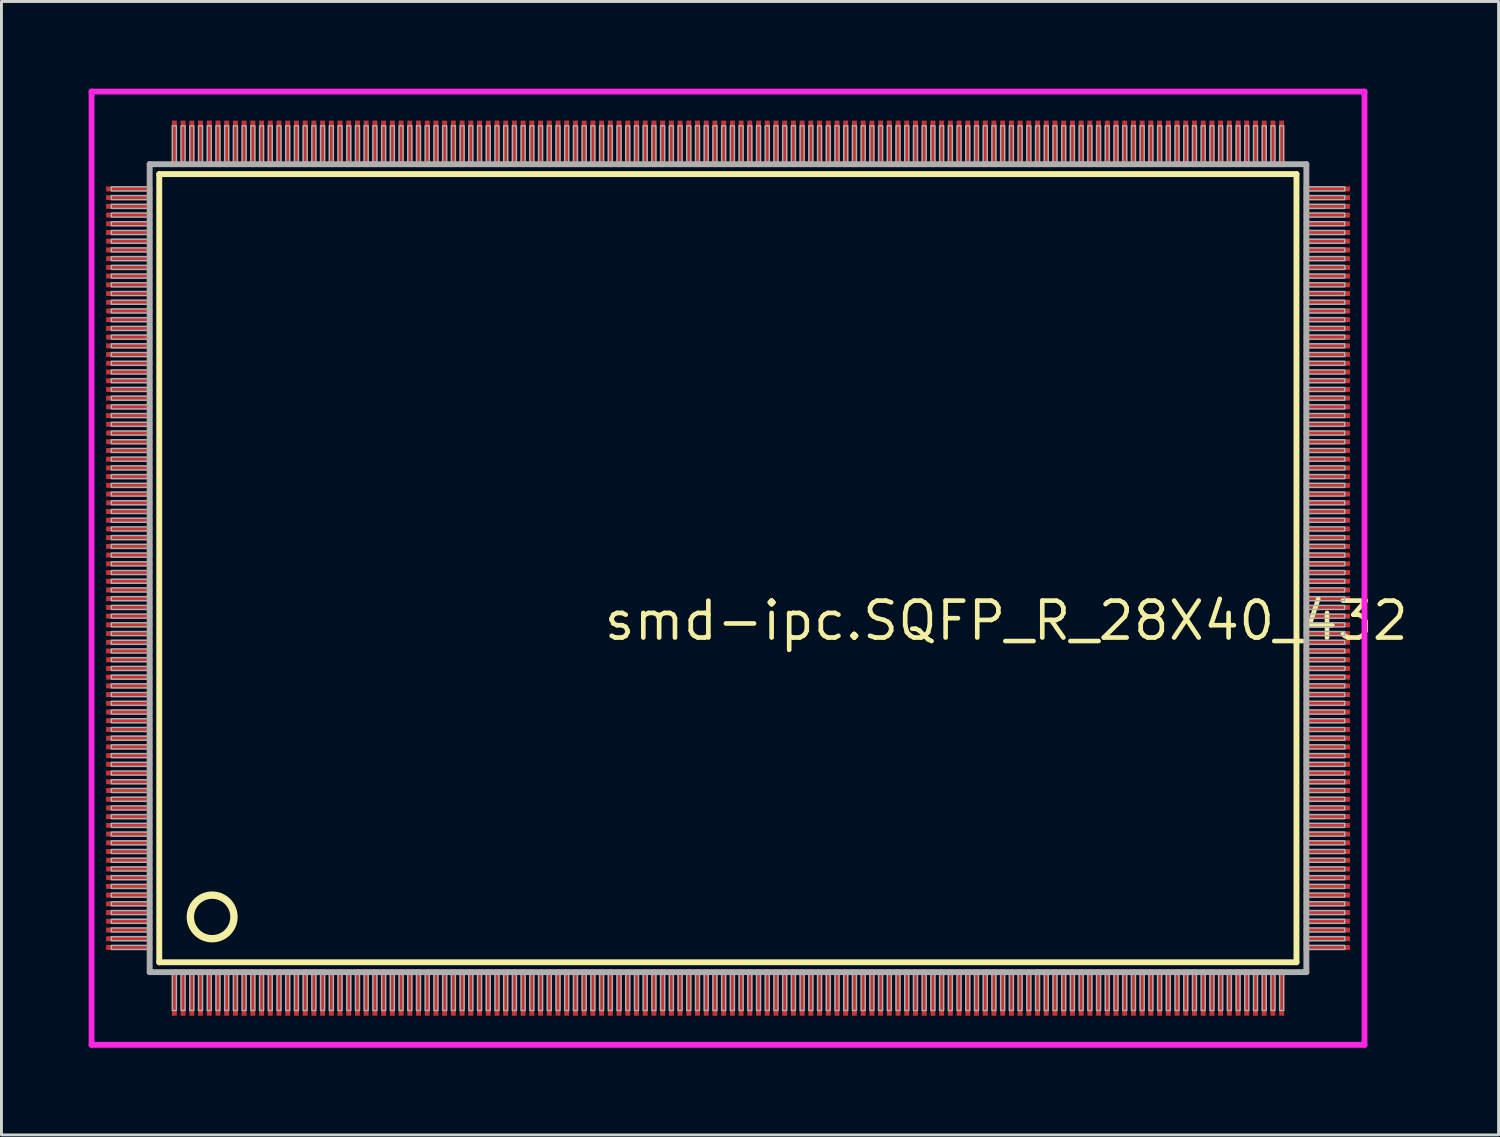
<source format=kicad_pcb>
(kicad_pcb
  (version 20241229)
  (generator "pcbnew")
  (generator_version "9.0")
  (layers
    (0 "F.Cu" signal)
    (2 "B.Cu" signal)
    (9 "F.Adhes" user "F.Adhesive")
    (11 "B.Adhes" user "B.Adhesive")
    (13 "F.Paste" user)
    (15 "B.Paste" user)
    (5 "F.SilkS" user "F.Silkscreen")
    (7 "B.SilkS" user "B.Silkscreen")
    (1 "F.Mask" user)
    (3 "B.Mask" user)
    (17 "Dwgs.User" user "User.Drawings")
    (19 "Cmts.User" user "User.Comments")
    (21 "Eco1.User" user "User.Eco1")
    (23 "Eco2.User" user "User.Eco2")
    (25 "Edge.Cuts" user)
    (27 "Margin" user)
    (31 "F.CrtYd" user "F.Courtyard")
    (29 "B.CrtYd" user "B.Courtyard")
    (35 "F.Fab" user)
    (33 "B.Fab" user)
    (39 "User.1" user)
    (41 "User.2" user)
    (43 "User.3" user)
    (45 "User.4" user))
  (footprint "smd-ipc.SQFP_R_28X40_432"
    (layer "F.Cu")
    (at 22 16.5)
    (property "Reference" "smd-ipc.SQFP_R_28X40_432" (at -4.35 2.55 0) (layer "F.SilkS") (effects (font (size 1.27 1.27) (thickness 0.16)) (justify left bottom)))
    (attr smd)
    (fp_line (start -19.57 -13.56) (end 19.56 -13.56) (stroke (width 0.203) (type default)) (layer "F.SilkS"))
    (fp_line (start -19.57 13.56) (end -19.57 -13.56) (stroke (width 0.203) (type default)) (layer "F.SilkS"))
    (fp_line (start 19.56 -13.56) (end 19.56 13.56) (stroke (width 0.203) (type default)) (layer "F.SilkS"))
    (fp_line (start 19.56 13.56) (end -19.57 13.56) (stroke (width 0.203) (type default)) (layer "F.SilkS"))
    (fp_circle (center -17.75 12) (end -17 12) (stroke (width 0.254) (type default)) (fill no) (layer "F.SilkS"))
    (fp_line (start -21.9 -16.4) (end 21.9 -16.4) (stroke (width 0.2) (type default)) (layer "F.CrtYd"))
    (fp_line (start -21.9 16.4) (end -21.9 -16.4) (stroke (width 0.2) (type default)) (layer "F.CrtYd"))
    (fp_line (start 21.9 -16.4) (end 21.9 16.4) (stroke (width 0.2) (type default)) (layer "F.CrtYd"))
    (fp_line (start 21.9 16.4) (end -21.9 16.4) (stroke (width 0.2) (type default)) (layer "F.CrtYd"))
    (fp_line (start -19.9 -13.9) (end -19.9 13.9) (stroke (width 0.203) (type default)) (layer "F.Fab"))
    (fp_line (start -19.9 13.9) (end 19.9 13.9) (stroke (width 0.203) (type default)) (layer "F.Fab"))
    (fp_line (start 19.9 -13.9) (end -19.9 -13.9) (stroke (width 0.203) (type default)) (layer "F.Fab"))
    (fp_line (start 19.9 13.9) (end 19.9 -13.9) (stroke (width 0.203) (type default)) (layer "F.Fab"))
    (fp_rect (start -21.22 -12.98) (end -19.95 -13.12) (stroke (width 0.05) (type default)) (fill no) (layer "F.Fab"))
    (fp_rect (start -21.22 -12.68) (end -19.95 -12.82) (stroke (width 0.05) (type default)) (fill no) (layer "F.Fab"))
    (fp_rect (start -21.22 -12.38) (end -19.95 -12.52) (stroke (width 0.05) (type default)) (fill no) (layer "F.Fab"))
    (fp_rect (start -21.22 -12.08) (end -19.95 -12.22) (stroke (width 0.05) (type default)) (fill no) (layer "F.Fab"))
    (fp_rect (start -21.22 -11.78) (end -19.95 -11.92) (stroke (width 0.05) (type default)) (fill no) (layer "F.Fab"))
    (fp_rect (start -21.22 -11.48) (end -19.95 -11.62) (stroke (width 0.05) (type default)) (fill no) (layer "F.Fab"))
    (fp_rect (start -21.22 -11.18) (end -19.95 -11.32) (stroke (width 0.05) (type default)) (fill no) (layer "F.Fab"))
    (fp_rect (start -21.22 -10.88) (end -19.95 -11.02) (stroke (width 0.05) (type default)) (fill no) (layer "F.Fab"))
    (fp_rect (start -21.22 -10.58) (end -19.95 -10.72) (stroke (width 0.05) (type default)) (fill no) (layer "F.Fab"))
    (fp_rect (start -21.22 -10.28) (end -19.95 -10.42) (stroke (width 0.05) (type default)) (fill no) (layer "F.Fab"))
    (fp_rect (start -21.22 -9.98) (end -19.95 -10.12) (stroke (width 0.05) (type default)) (fill no) (layer "F.Fab"))
    (fp_rect (start -21.22 -9.68) (end -19.95 -9.82) (stroke (width 0.05) (type default)) (fill no) (layer "F.Fab"))
    (fp_rect (start -21.22 -9.38) (end -19.95 -9.52) (stroke (width 0.05) (type default)) (fill no) (layer "F.Fab"))
    (fp_rect (start -21.22 -9.08) (end -19.95 -9.22) (stroke (width 0.05) (type default)) (fill no) (layer "F.Fab"))
    (fp_rect (start -21.22 -8.78) (end -19.95 -8.92) (stroke (width 0.05) (type default)) (fill no) (layer "F.Fab"))
    (fp_rect (start -21.22 -8.48) (end -19.95 -8.62) (stroke (width 0.05) (type default)) (fill no) (layer "F.Fab"))
    (fp_rect (start -21.22 -8.18) (end -19.95 -8.32) (stroke (width 0.05) (type default)) (fill no) (layer "F.Fab"))
    (fp_rect (start -21.22 -7.88) (end -19.95 -8.02) (stroke (width 0.05) (type default)) (fill no) (layer "F.Fab"))
    (fp_rect (start -21.22 -7.58) (end -19.95 -7.72) (stroke (width 0.05) (type default)) (fill no) (layer "F.Fab"))
    (fp_rect (start -21.22 -7.28) (end -19.95 -7.42) (stroke (width 0.05) (type default)) (fill no) (layer "F.Fab"))
    (fp_rect (start -21.22 -6.98) (end -19.95 -7.12) (stroke (width 0.05) (type default)) (fill no) (layer "F.Fab"))
    (fp_rect (start -21.22 -6.68) (end -19.95 -6.82) (stroke (width 0.05) (type default)) (fill no) (layer "F.Fab"))
    (fp_rect (start -21.22 -6.38) (end -19.95 -6.52) (stroke (width 0.05) (type default)) (fill no) (layer "F.Fab"))
    (fp_rect (start -21.22 -6.08) (end -19.95 -6.22) (stroke (width 0.05) (type default)) (fill no) (layer "F.Fab"))
    (fp_rect (start -21.22 -5.78) (end -19.95 -5.92) (stroke (width 0.05) (type default)) (fill no) (layer "F.Fab"))
    (fp_rect (start -21.22 -5.48) (end -19.95 -5.62) (stroke (width 0.05) (type default)) (fill no) (layer "F.Fab"))
    (fp_rect (start -21.22 -5.18) (end -19.95 -5.32) (stroke (width 0.05) (type default)) (fill no) (layer "F.Fab"))
    (fp_rect (start -21.22 -4.88) (end -19.95 -5.02) (stroke (width 0.05) (type default)) (fill no) (layer "F.Fab"))
    (fp_rect (start -21.22 -4.58) (end -19.95 -4.72) (stroke (width 0.05) (type default)) (fill no) (layer "F.Fab"))
    (fp_rect (start -21.22 -4.28) (end -19.95 -4.42) (stroke (width 0.05) (type default)) (fill no) (layer "F.Fab"))
    (fp_rect (start -21.22 -3.98) (end -19.95 -4.12) (stroke (width 0.05) (type default)) (fill no) (layer "F.Fab"))
    (fp_rect (start -21.22 -3.68) (end -19.95 -3.82) (stroke (width 0.05) (type default)) (fill no) (layer "F.Fab"))
    (fp_rect (start -21.22 -3.38) (end -19.95 -3.52) (stroke (width 0.05) (type default)) (fill no) (layer "F.Fab"))
    (fp_rect (start -21.22 -3.08) (end -19.95 -3.22) (stroke (width 0.05) (type default)) (fill no) (layer "F.Fab"))
    (fp_rect (start -21.22 -2.78) (end -19.95 -2.92) (stroke (width 0.05) (type default)) (fill no) (layer "F.Fab"))
    (fp_rect (start -21.22 -2.48) (end -19.95 -2.62) (stroke (width 0.05) (type default)) (fill no) (layer "F.Fab"))
    (fp_rect (start -21.22 -2.18) (end -19.95 -2.32) (stroke (width 0.05) (type default)) (fill no) (layer "F.Fab"))
    (fp_rect (start -21.22 -1.88) (end -19.95 -2.02) (stroke (width 0.05) (type default)) (fill no) (layer "F.Fab"))
    (fp_rect (start -21.22 -1.58) (end -19.95 -1.72) (stroke (width 0.05) (type default)) (fill no) (layer "F.Fab"))
    (fp_rect (start -21.22 -1.28) (end -19.95 -1.42) (stroke (width 0.05) (type default)) (fill no) (layer "F.Fab"))
    (fp_rect (start -21.22 -0.98) (end -19.95 -1.12) (stroke (width 0.05) (type default)) (fill no) (layer "F.Fab"))
    (fp_rect (start -21.22 -0.68) (end -19.95 -0.82) (stroke (width 0.05) (type default)) (fill no) (layer "F.Fab"))
    (fp_rect (start -21.22 -0.38) (end -19.95 -0.52) (stroke (width 0.05) (type default)) (fill no) (layer "F.Fab"))
    (fp_rect (start -21.22 -0.08) (end -19.95 -0.22) (stroke (width 0.05) (type default)) (fill no) (layer "F.Fab"))
    (fp_rect (start -21.22 0.22) (end -19.95 0.08) (stroke (width 0.05) (type default)) (fill no) (layer "F.Fab"))
    (fp_rect (start -21.22 0.52) (end -19.95 0.38) (stroke (width 0.05) (type default)) (fill no) (layer "F.Fab"))
    (fp_rect (start -21.22 0.82) (end -19.95 0.68) (stroke (width 0.05) (type default)) (fill no) (layer "F.Fab"))
    (fp_rect (start -21.22 1.12) (end -19.95 0.98) (stroke (width 0.05) (type default)) (fill no) (layer "F.Fab"))
    (fp_rect (start -21.22 1.42) (end -19.95 1.28) (stroke (width 0.05) (type default)) (fill no) (layer "F.Fab"))
    (fp_rect (start -21.22 1.72) (end -19.95 1.58) (stroke (width 0.05) (type default)) (fill no) (layer "F.Fab"))
    (fp_rect (start -21.22 2.02) (end -19.95 1.88) (stroke (width 0.05) (type default)) (fill no) (layer "F.Fab"))
    (fp_rect (start -21.22 2.32) (end -19.95 2.18) (stroke (width 0.05) (type default)) (fill no) (layer "F.Fab"))
    (fp_rect (start -21.22 2.62) (end -19.95 2.48) (stroke (width 0.05) (type default)) (fill no) (layer "F.Fab"))
    (fp_rect (start -21.22 2.92) (end -19.95 2.78) (stroke (width 0.05) (type default)) (fill no) (layer "F.Fab"))
    (fp_rect (start -21.22 3.22) (end -19.95 3.08) (stroke (width 0.05) (type default)) (fill no) (layer "F.Fab"))
    (fp_rect (start -21.22 3.52) (end -19.95 3.38) (stroke (width 0.05) (type default)) (fill no) (layer "F.Fab"))
    (fp_rect (start -21.22 3.82) (end -19.95 3.68) (stroke (width 0.05) (type default)) (fill no) (layer "F.Fab"))
    (fp_rect (start -21.22 4.12) (end -19.95 3.98) (stroke (width 0.05) (type default)) (fill no) (layer "F.Fab"))
    (fp_rect (start -21.22 4.42) (end -19.95 4.28) (stroke (width 0.05) (type default)) (fill no) (layer "F.Fab"))
    (fp_rect (start -21.22 4.72) (end -19.95 4.58) (stroke (width 0.05) (type default)) (fill no) (layer "F.Fab"))
    (fp_rect (start -21.22 5.02) (end -19.95 4.88) (stroke (width 0.05) (type default)) (fill no) (layer "F.Fab"))
    (fp_rect (start -21.22 5.32) (end -19.95 5.18) (stroke (width 0.05) (type default)) (fill no) (layer "F.Fab"))
    (fp_rect (start -21.22 5.62) (end -19.95 5.48) (stroke (width 0.05) (type default)) (fill no) (layer "F.Fab"))
    (fp_rect (start -21.22 5.92) (end -19.95 5.78) (stroke (width 0.05) (type default)) (fill no) (layer "F.Fab"))
    (fp_rect (start -21.22 6.22) (end -19.95 6.08) (stroke (width 0.05) (type default)) (fill no) (layer "F.Fab"))
    (fp_rect (start -21.22 6.52) (end -19.95 6.38) (stroke (width 0.05) (type default)) (fill no) (layer "F.Fab"))
    (fp_rect (start -21.22 6.82) (end -19.95 6.68) (stroke (width 0.05) (type default)) (fill no) (layer "F.Fab"))
    (fp_rect (start -21.22 7.12) (end -19.95 6.98) (stroke (width 0.05) (type default)) (fill no) (layer "F.Fab"))
    (fp_rect (start -21.22 7.42) (end -19.95 7.28) (stroke (width 0.05) (type default)) (fill no) (layer "F.Fab"))
    (fp_rect (start -21.22 7.72) (end -19.95 7.58) (stroke (width 0.05) (type default)) (fill no) (layer "F.Fab"))
    (fp_rect (start -21.22 8.02) (end -19.95 7.88) (stroke (width 0.05) (type default)) (fill no) (layer "F.Fab"))
    (fp_rect (start -21.22 8.32) (end -19.95 8.18) (stroke (width 0.05) (type default)) (fill no) (layer "F.Fab"))
    (fp_rect (start -21.22 8.62) (end -19.95 8.48) (stroke (width 0.05) (type default)) (fill no) (layer "F.Fab"))
    (fp_rect (start -21.22 8.92) (end -19.95 8.78) (stroke (width 0.05) (type default)) (fill no) (layer "F.Fab"))
    (fp_rect (start -21.22 9.22) (end -19.95 9.08) (stroke (width 0.05) (type default)) (fill no) (layer "F.Fab"))
    (fp_rect (start -21.22 9.52) (end -19.95 9.38) (stroke (width 0.05) (type default)) (fill no) (layer "F.Fab"))
    (fp_rect (start -21.22 9.82) (end -19.95 9.68) (stroke (width 0.05) (type default)) (fill no) (layer "F.Fab"))
    (fp_rect (start -21.22 10.12) (end -19.95 9.98) (stroke (width 0.05) (type default)) (fill no) (layer "F.Fab"))
    (fp_rect (start -21.22 10.42) (end -19.95 10.28) (stroke (width 0.05) (type default)) (fill no) (layer "F.Fab"))
    (fp_rect (start -21.22 10.72) (end -19.95 10.58) (stroke (width 0.05) (type default)) (fill no) (layer "F.Fab"))
    (fp_rect (start -21.22 11.02) (end -19.95 10.88) (stroke (width 0.05) (type default)) (fill no) (layer "F.Fab"))
    (fp_rect (start -21.22 11.32) (end -19.95 11.18) (stroke (width 0.05) (type default)) (fill no) (layer "F.Fab"))
    (fp_rect (start -21.22 11.62) (end -19.95 11.48) (stroke (width 0.05) (type default)) (fill no) (layer "F.Fab"))
    (fp_rect (start -21.22 11.92) (end -19.95 11.78) (stroke (width 0.05) (type default)) (fill no) (layer "F.Fab"))
    (fp_rect (start -21.22 12.22) (end -19.95 12.08) (stroke (width 0.05) (type default)) (fill no) (layer "F.Fab"))
    (fp_rect (start -21.22 12.52) (end -19.95 12.38) (stroke (width 0.05) (type default)) (fill no) (layer "F.Fab"))
    (fp_rect (start -21.22 12.82) (end -19.95 12.68) (stroke (width 0.05) (type default)) (fill no) (layer "F.Fab"))
    (fp_rect (start -21.22 13.12) (end -19.95 12.98) (stroke (width 0.05) (type default)) (fill no) (layer "F.Fab"))
    (fp_rect (start -19.12 -13.95) (end -18.98 -15.22) (stroke (width 0.05) (type default)) (fill no) (layer "F.Fab"))
    (fp_rect (start -19.12 15.22) (end -18.98 13.95) (stroke (width 0.05) (type default)) (fill no) (layer "F.Fab"))
    (fp_rect (start -18.82 -13.95) (end -18.68 -15.22) (stroke (width 0.05) (type default)) (fill no) (layer "F.Fab"))
    (fp_rect (start -18.82 15.22) (end -18.68 13.95) (stroke (width 0.05) (type default)) (fill no) (layer "F.Fab"))
    (fp_rect (start -18.52 -13.95) (end -18.38 -15.22) (stroke (width 0.05) (type default)) (fill no) (layer "F.Fab"))
    (fp_rect (start -18.52 15.22) (end -18.38 13.95) (stroke (width 0.05) (type default)) (fill no) (layer "F.Fab"))
    (fp_rect (start -18.22 -13.95) (end -18.08 -15.22) (stroke (width 0.05) (type default)) (fill no) (layer "F.Fab"))
    (fp_rect (start -18.22 15.22) (end -18.08 13.95) (stroke (width 0.05) (type default)) (fill no) (layer "F.Fab"))
    (fp_rect (start -17.92 -13.95) (end -17.78 -15.22) (stroke (width 0.05) (type default)) (fill no) (layer "F.Fab"))
    (fp_rect (start -17.92 15.22) (end -17.78 13.95) (stroke (width 0.05) (type default)) (fill no) (layer "F.Fab"))
    (fp_rect (start -17.62 -13.95) (end -17.48 -15.22) (stroke (width 0.05) (type default)) (fill no) (layer "F.Fab"))
    (fp_rect (start -17.62 15.22) (end -17.48 13.95) (stroke (width 0.05) (type default)) (fill no) (layer "F.Fab"))
    (fp_rect (start -17.32 -13.95) (end -17.18 -15.22) (stroke (width 0.05) (type default)) (fill no) (layer "F.Fab"))
    (fp_rect (start -17.32 15.22) (end -17.18 13.95) (stroke (width 0.05) (type default)) (fill no) (layer "F.Fab"))
    (fp_rect (start -17.02 -13.95) (end -16.88 -15.22) (stroke (width 0.05) (type default)) (fill no) (layer "F.Fab"))
    (fp_rect (start -17.02 15.22) (end -16.88 13.95) (stroke (width 0.05) (type default)) (fill no) (layer "F.Fab"))
    (fp_rect (start -16.72 -13.95) (end -16.58 -15.22) (stroke (width 0.05) (type default)) (fill no) (layer "F.Fab"))
    (fp_rect (start -16.72 15.22) (end -16.58 13.95) (stroke (width 0.05) (type default)) (fill no) (layer "F.Fab"))
    (fp_rect (start -16.42 -13.95) (end -16.28 -15.22) (stroke (width 0.05) (type default)) (fill no) (layer "F.Fab"))
    (fp_rect (start -16.42 15.22) (end -16.28 13.95) (stroke (width 0.05) (type default)) (fill no) (layer "F.Fab"))
    (fp_rect (start -16.12 -13.95) (end -15.98 -15.22) (stroke (width 0.05) (type default)) (fill no) (layer "F.Fab"))
    (fp_rect (start -16.12 15.22) (end -15.98 13.95) (stroke (width 0.05) (type default)) (fill no) (layer "F.Fab"))
    (fp_rect (start -15.82 -13.95) (end -15.68 -15.22) (stroke (width 0.05) (type default)) (fill no) (layer "F.Fab"))
    (fp_rect (start -15.82 15.22) (end -15.68 13.95) (stroke (width 0.05) (type default)) (fill no) (layer "F.Fab"))
    (fp_rect (start -15.52 -13.95) (end -15.38 -15.22) (stroke (width 0.05) (type default)) (fill no) (layer "F.Fab"))
    (fp_rect (start -15.52 15.22) (end -15.38 13.95) (stroke (width 0.05) (type default)) (fill no) (layer "F.Fab"))
    (fp_rect (start -15.22 -13.95) (end -15.08 -15.22) (stroke (width 0.05) (type default)) (fill no) (layer "F.Fab"))
    (fp_rect (start -15.22 15.22) (end -15.08 13.95) (stroke (width 0.05) (type default)) (fill no) (layer "F.Fab"))
    (fp_rect (start -14.92 -13.95) (end -14.78 -15.22) (stroke (width 0.05) (type default)) (fill no) (layer "F.Fab"))
    (fp_rect (start -14.92 15.22) (end -14.78 13.95) (stroke (width 0.05) (type default)) (fill no) (layer "F.Fab"))
    (fp_rect (start -14.62 -13.95) (end -14.48 -15.22) (stroke (width 0.05) (type default)) (fill no) (layer "F.Fab"))
    (fp_rect (start -14.62 15.22) (end -14.48 13.95) (stroke (width 0.05) (type default)) (fill no) (layer "F.Fab"))
    (fp_rect (start -14.32 -13.95) (end -14.18 -15.22) (stroke (width 0.05) (type default)) (fill no) (layer "F.Fab"))
    (fp_rect (start -14.32 15.22) (end -14.18 13.95) (stroke (width 0.05) (type default)) (fill no) (layer "F.Fab"))
    (fp_rect (start -14.02 -13.95) (end -13.88 -15.22) (stroke (width 0.05) (type default)) (fill no) (layer "F.Fab"))
    (fp_rect (start -14.02 15.22) (end -13.88 13.95) (stroke (width 0.05) (type default)) (fill no) (layer "F.Fab"))
    (fp_rect (start -13.72 -13.95) (end -13.58 -15.22) (stroke (width 0.05) (type default)) (fill no) (layer "F.Fab"))
    (fp_rect (start -13.72 15.22) (end -13.58 13.95) (stroke (width 0.05) (type default)) (fill no) (layer "F.Fab"))
    (fp_rect (start -13.42 -13.95) (end -13.28 -15.22) (stroke (width 0.05) (type default)) (fill no) (layer "F.Fab"))
    (fp_rect (start -13.42 15.22) (end -13.28 13.95) (stroke (width 0.05) (type default)) (fill no) (layer "F.Fab"))
    (fp_rect (start -13.12 -13.95) (end -12.98 -15.22) (stroke (width 0.05) (type default)) (fill no) (layer "F.Fab"))
    (fp_rect (start -13.12 15.22) (end -12.98 13.95) (stroke (width 0.05) (type default)) (fill no) (layer "F.Fab"))
    (fp_rect (start -12.82 -13.95) (end -12.68 -15.22) (stroke (width 0.05) (type default)) (fill no) (layer "F.Fab"))
    (fp_rect (start -12.82 15.22) (end -12.68 13.95) (stroke (width 0.05) (type default)) (fill no) (layer "F.Fab"))
    (fp_rect (start -12.52 -13.95) (end -12.38 -15.22) (stroke (width 0.05) (type default)) (fill no) (layer "F.Fab"))
    (fp_rect (start -12.52 15.22) (end -12.38 13.95) (stroke (width 0.05) (type default)) (fill no) (layer "F.Fab"))
    (fp_rect (start -12.22 -13.95) (end -12.08 -15.22) (stroke (width 0.05) (type default)) (fill no) (layer "F.Fab"))
    (fp_rect (start -12.22 15.22) (end -12.08 13.95) (stroke (width 0.05) (type default)) (fill no) (layer "F.Fab"))
    (fp_rect (start -11.92 -13.95) (end -11.78 -15.22) (stroke (width 0.05) (type default)) (fill no) (layer "F.Fab"))
    (fp_rect (start -11.92 15.22) (end -11.78 13.95) (stroke (width 0.05) (type default)) (fill no) (layer "F.Fab"))
    (fp_rect (start -11.62 -13.95) (end -11.48 -15.22) (stroke (width 0.05) (type default)) (fill no) (layer "F.Fab"))
    (fp_rect (start -11.62 15.22) (end -11.48 13.95) (stroke (width 0.05) (type default)) (fill no) (layer "F.Fab"))
    (fp_rect (start -11.32 -13.95) (end -11.18 -15.22) (stroke (width 0.05) (type default)) (fill no) (layer "F.Fab"))
    (fp_rect (start -11.32 15.22) (end -11.18 13.95) (stroke (width 0.05) (type default)) (fill no) (layer "F.Fab"))
    (fp_rect (start -11.02 -13.95) (end -10.88 -15.22) (stroke (width 0.05) (type default)) (fill no) (layer "F.Fab"))
    (fp_rect (start -11.02 15.22) (end -10.88 13.95) (stroke (width 0.05) (type default)) (fill no) (layer "F.Fab"))
    (fp_rect (start -10.72 -13.95) (end -10.58 -15.22) (stroke (width 0.05) (type default)) (fill no) (layer "F.Fab"))
    (fp_rect (start -10.72 15.22) (end -10.58 13.95) (stroke (width 0.05) (type default)) (fill no) (layer "F.Fab"))
    (fp_rect (start -10.42 -13.95) (end -10.28 -15.22) (stroke (width 0.05) (type default)) (fill no) (layer "F.Fab"))
    (fp_rect (start -10.42 15.22) (end -10.28 13.95) (stroke (width 0.05) (type default)) (fill no) (layer "F.Fab"))
    (fp_rect (start -10.12 -13.95) (end -9.98 -15.22) (stroke (width 0.05) (type default)) (fill no) (layer "F.Fab"))
    (fp_rect (start -10.12 15.22) (end -9.98 13.95) (stroke (width 0.05) (type default)) (fill no) (layer "F.Fab"))
    (fp_rect (start -9.82 -13.95) (end -9.68 -15.22) (stroke (width 0.05) (type default)) (fill no) (layer "F.Fab"))
    (fp_rect (start -9.82 15.22) (end -9.68 13.95) (stroke (width 0.05) (type default)) (fill no) (layer "F.Fab"))
    (fp_rect (start -9.52 -13.95) (end -9.38 -15.22) (stroke (width 0.05) (type default)) (fill no) (layer "F.Fab"))
    (fp_rect (start -9.52 15.22) (end -9.38 13.95) (stroke (width 0.05) (type default)) (fill no) (layer "F.Fab"))
    (fp_rect (start -9.22 -13.95) (end -9.08 -15.22) (stroke (width 0.05) (type default)) (fill no) (layer "F.Fab"))
    (fp_rect (start -9.22 15.22) (end -9.08 13.95) (stroke (width 0.05) (type default)) (fill no) (layer "F.Fab"))
    (fp_rect (start -8.92 -13.95) (end -8.78 -15.22) (stroke (width 0.05) (type default)) (fill no) (layer "F.Fab"))
    (fp_rect (start -8.92 15.22) (end -8.78 13.95) (stroke (width 0.05) (type default)) (fill no) (layer "F.Fab"))
    (fp_rect (start -8.62 -13.95) (end -8.48 -15.22) (stroke (width 0.05) (type default)) (fill no) (layer "F.Fab"))
    (fp_rect (start -8.62 15.22) (end -8.48 13.95) (stroke (width 0.05) (type default)) (fill no) (layer "F.Fab"))
    (fp_rect (start -8.32 -13.95) (end -8.18 -15.22) (stroke (width 0.05) (type default)) (fill no) (layer "F.Fab"))
    (fp_rect (start -8.32 15.22) (end -8.18 13.95) (stroke (width 0.05) (type default)) (fill no) (layer "F.Fab"))
    (fp_rect (start -8.02 -13.95) (end -7.88 -15.22) (stroke (width 0.05) (type default)) (fill no) (layer "F.Fab"))
    (fp_rect (start -8.02 15.22) (end -7.88 13.95) (stroke (width 0.05) (type default)) (fill no) (layer "F.Fab"))
    (fp_rect (start -7.72 -13.95) (end -7.58 -15.22) (stroke (width 0.05) (type default)) (fill no) (layer "F.Fab"))
    (fp_rect (start -7.72 15.22) (end -7.58 13.95) (stroke (width 0.05) (type default)) (fill no) (layer "F.Fab"))
    (fp_rect (start -7.42 -13.95) (end -7.28 -15.22) (stroke (width 0.05) (type default)) (fill no) (layer "F.Fab"))
    (fp_rect (start -7.42 15.22) (end -7.28 13.95) (stroke (width 0.05) (type default)) (fill no) (layer "F.Fab"))
    (fp_rect (start -7.12 -13.95) (end -6.98 -15.22) (stroke (width 0.05) (type default)) (fill no) (layer "F.Fab"))
    (fp_rect (start -7.12 15.22) (end -6.98 13.95) (stroke (width 0.05) (type default)) (fill no) (layer "F.Fab"))
    (fp_rect (start -6.82 -13.95) (end -6.68 -15.22) (stroke (width 0.05) (type default)) (fill no) (layer "F.Fab"))
    (fp_rect (start -6.82 15.22) (end -6.68 13.95) (stroke (width 0.05) (type default)) (fill no) (layer "F.Fab"))
    (fp_rect (start -6.52 -13.95) (end -6.38 -15.22) (stroke (width 0.05) (type default)) (fill no) (layer "F.Fab"))
    (fp_rect (start -6.52 15.22) (end -6.38 13.95) (stroke (width 0.05) (type default)) (fill no) (layer "F.Fab"))
    (fp_rect (start -6.22 -13.95) (end -6.08 -15.22) (stroke (width 0.05) (type default)) (fill no) (layer "F.Fab"))
    (fp_rect (start -6.22 15.22) (end -6.08 13.95) (stroke (width 0.05) (type default)) (fill no) (layer "F.Fab"))
    (fp_rect (start -5.92 -13.95) (end -5.78 -15.22) (stroke (width 0.05) (type default)) (fill no) (layer "F.Fab"))
    (fp_rect (start -5.92 15.22) (end -5.78 13.95) (stroke (width 0.05) (type default)) (fill no) (layer "F.Fab"))
    (fp_rect (start -5.62 -13.95) (end -5.48 -15.22) (stroke (width 0.05) (type default)) (fill no) (layer "F.Fab"))
    (fp_rect (start -5.62 15.22) (end -5.48 13.95) (stroke (width 0.05) (type default)) (fill no) (layer "F.Fab"))
    (fp_rect (start -5.32 -13.95) (end -5.18 -15.22) (stroke (width 0.05) (type default)) (fill no) (layer "F.Fab"))
    (fp_rect (start -5.32 15.22) (end -5.18 13.95) (stroke (width 0.05) (type default)) (fill no) (layer "F.Fab"))
    (fp_rect (start -5.02 -13.95) (end -4.88 -15.22) (stroke (width 0.05) (type default)) (fill no) (layer "F.Fab"))
    (fp_rect (start -5.02 15.22) (end -4.88 13.95) (stroke (width 0.05) (type default)) (fill no) (layer "F.Fab"))
    (fp_rect (start -4.72 -13.95) (end -4.58 -15.22) (stroke (width 0.05) (type default)) (fill no) (layer "F.Fab"))
    (fp_rect (start -4.72 15.22) (end -4.58 13.95) (stroke (width 0.05) (type default)) (fill no) (layer "F.Fab"))
    (fp_rect (start -4.42 -13.95) (end -4.28 -15.22) (stroke (width 0.05) (type default)) (fill no) (layer "F.Fab"))
    (fp_rect (start -4.42 15.22) (end -4.28 13.95) (stroke (width 0.05) (type default)) (fill no) (layer "F.Fab"))
    (fp_rect (start -4.12 -13.95) (end -3.98 -15.22) (stroke (width 0.05) (type default)) (fill no) (layer "F.Fab"))
    (fp_rect (start -4.12 15.22) (end -3.98 13.95) (stroke (width 0.05) (type default)) (fill no) (layer "F.Fab"))
    (fp_rect (start -3.82 -13.95) (end -3.68 -15.22) (stroke (width 0.05) (type default)) (fill no) (layer "F.Fab"))
    (fp_rect (start -3.82 15.22) (end -3.68 13.95) (stroke (width 0.05) (type default)) (fill no) (layer "F.Fab"))
    (fp_rect (start -3.52 -13.95) (end -3.38 -15.22) (stroke (width 0.05) (type default)) (fill no) (layer "F.Fab"))
    (fp_rect (start -3.52 15.22) (end -3.38 13.95) (stroke (width 0.05) (type default)) (fill no) (layer "F.Fab"))
    (fp_rect (start -3.22 -13.95) (end -3.08 -15.22) (stroke (width 0.05) (type default)) (fill no) (layer "F.Fab"))
    (fp_rect (start -3.22 15.22) (end -3.08 13.95) (stroke (width 0.05) (type default)) (fill no) (layer "F.Fab"))
    (fp_rect (start -2.92 -13.95) (end -2.78 -15.22) (stroke (width 0.05) (type default)) (fill no) (layer "F.Fab"))
    (fp_rect (start -2.92 15.22) (end -2.78 13.95) (stroke (width 0.05) (type default)) (fill no) (layer "F.Fab"))
    (fp_rect (start -2.62 -13.95) (end -2.48 -15.22) (stroke (width 0.05) (type default)) (fill no) (layer "F.Fab"))
    (fp_rect (start -2.62 15.22) (end -2.48 13.95) (stroke (width 0.05) (type default)) (fill no) (layer "F.Fab"))
    (fp_rect (start -2.32 -13.95) (end -2.18 -15.22) (stroke (width 0.05) (type default)) (fill no) (layer "F.Fab"))
    (fp_rect (start -2.32 15.22) (end -2.18 13.95) (stroke (width 0.05) (type default)) (fill no) (layer "F.Fab"))
    (fp_rect (start -2.02 -13.95) (end -1.88 -15.22) (stroke (width 0.05) (type default)) (fill no) (layer "F.Fab"))
    (fp_rect (start -2.02 15.22) (end -1.88 13.95) (stroke (width 0.05) (type default)) (fill no) (layer "F.Fab"))
    (fp_rect (start -1.72 -13.95) (end -1.58 -15.22) (stroke (width 0.05) (type default)) (fill no) (layer "F.Fab"))
    (fp_rect (start -1.72 15.22) (end -1.58 13.95) (stroke (width 0.05) (type default)) (fill no) (layer "F.Fab"))
    (fp_rect (start -1.42 -13.95) (end -1.28 -15.22) (stroke (width 0.05) (type default)) (fill no) (layer "F.Fab"))
    (fp_rect (start -1.42 15.22) (end -1.28 13.95) (stroke (width 0.05) (type default)) (fill no) (layer "F.Fab"))
    (fp_rect (start -1.12 -13.95) (end -0.98 -15.22) (stroke (width 0.05) (type default)) (fill no) (layer "F.Fab"))
    (fp_rect (start -1.12 15.22) (end -0.98 13.95) (stroke (width 0.05) (type default)) (fill no) (layer "F.Fab"))
    (fp_rect (start -0.82 -13.95) (end -0.68 -15.22) (stroke (width 0.05) (type default)) (fill no) (layer "F.Fab"))
    (fp_rect (start -0.82 15.22) (end -0.68 13.95) (stroke (width 0.05) (type default)) (fill no) (layer "F.Fab"))
    (fp_rect (start -0.52 -13.95) (end -0.38 -15.22) (stroke (width 0.05) (type default)) (fill no) (layer "F.Fab"))
    (fp_rect (start -0.52 15.22) (end -0.38 13.95) (stroke (width 0.05) (type default)) (fill no) (layer "F.Fab"))
    (fp_rect (start -0.22 -13.95) (end -0.08 -15.22) (stroke (width 0.05) (type default)) (fill no) (layer "F.Fab"))
    (fp_rect (start -0.22 15.22) (end -0.08 13.95) (stroke (width 0.05) (type default)) (fill no) (layer "F.Fab"))
    (fp_rect (start 0.08 -13.95) (end 0.22 -15.22) (stroke (width 0.05) (type default)) (fill no) (layer "F.Fab"))
    (fp_rect (start 0.08 15.22) (end 0.22 13.95) (stroke (width 0.05) (type default)) (fill no) (layer "F.Fab"))
    (fp_rect (start 0.38 -13.95) (end 0.52 -15.22) (stroke (width 0.05) (type default)) (fill no) (layer "F.Fab"))
    (fp_rect (start 0.38 15.22) (end 0.52 13.95) (stroke (width 0.05) (type default)) (fill no) (layer "F.Fab"))
    (fp_rect (start 0.68 -13.95) (end 0.82 -15.22) (stroke (width 0.05) (type default)) (fill no) (layer "F.Fab"))
    (fp_rect (start 0.68 15.22) (end 0.82 13.95) (stroke (width 0.05) (type default)) (fill no) (layer "F.Fab"))
    (fp_rect (start 0.98 -13.95) (end 1.12 -15.22) (stroke (width 0.05) (type default)) (fill no) (layer "F.Fab"))
    (fp_rect (start 0.98 15.22) (end 1.12 13.95) (stroke (width 0.05) (type default)) (fill no) (layer "F.Fab"))
    (fp_rect (start 1.28 -13.95) (end 1.42 -15.22) (stroke (width 0.05) (type default)) (fill no) (layer "F.Fab"))
    (fp_rect (start 1.28 15.22) (end 1.42 13.95) (stroke (width 0.05) (type default)) (fill no) (layer "F.Fab"))
    (fp_rect (start 1.58 -13.95) (end 1.72 -15.22) (stroke (width 0.05) (type default)) (fill no) (layer "F.Fab"))
    (fp_rect (start 1.58 15.22) (end 1.72 13.95) (stroke (width 0.05) (type default)) (fill no) (layer "F.Fab"))
    (fp_rect (start 1.88 -13.95) (end 2.02 -15.22) (stroke (width 0.05) (type default)) (fill no) (layer "F.Fab"))
    (fp_rect (start 1.88 15.22) (end 2.02 13.95) (stroke (width 0.05) (type default)) (fill no) (layer "F.Fab"))
    (fp_rect (start 2.18 -13.95) (end 2.32 -15.22) (stroke (width 0.05) (type default)) (fill no) (layer "F.Fab"))
    (fp_rect (start 2.18 15.22) (end 2.32 13.95) (stroke (width 0.05) (type default)) (fill no) (layer "F.Fab"))
    (fp_rect (start 2.48 -13.95) (end 2.62 -15.22) (stroke (width 0.05) (type default)) (fill no) (layer "F.Fab"))
    (fp_rect (start 2.48 15.22) (end 2.62 13.95) (stroke (width 0.05) (type default)) (fill no) (layer "F.Fab"))
    (fp_rect (start 2.78 -13.95) (end 2.92 -15.22) (stroke (width 0.05) (type default)) (fill no) (layer "F.Fab"))
    (fp_rect (start 2.78 15.22) (end 2.92 13.95) (stroke (width 0.05) (type default)) (fill no) (layer "F.Fab"))
    (fp_rect (start 3.08 -13.95) (end 3.22 -15.22) (stroke (width 0.05) (type default)) (fill no) (layer "F.Fab"))
    (fp_rect (start 3.08 15.22) (end 3.22 13.95) (stroke (width 0.05) (type default)) (fill no) (layer "F.Fab"))
    (fp_rect (start 3.38 -13.95) (end 3.52 -15.22) (stroke (width 0.05) (type default)) (fill no) (layer "F.Fab"))
    (fp_rect (start 3.38 15.22) (end 3.52 13.95) (stroke (width 0.05) (type default)) (fill no) (layer "F.Fab"))
    (fp_rect (start 3.68 -13.95) (end 3.82 -15.22) (stroke (width 0.05) (type default)) (fill no) (layer "F.Fab"))
    (fp_rect (start 3.68 15.22) (end 3.82 13.95) (stroke (width 0.05) (type default)) (fill no) (layer "F.Fab"))
    (fp_rect (start 3.98 -13.95) (end 4.12 -15.22) (stroke (width 0.05) (type default)) (fill no) (layer "F.Fab"))
    (fp_rect (start 3.98 15.22) (end 4.12 13.95) (stroke (width 0.05) (type default)) (fill no) (layer "F.Fab"))
    (fp_rect (start 4.28 -13.95) (end 4.42 -15.22) (stroke (width 0.05) (type default)) (fill no) (layer "F.Fab"))
    (fp_rect (start 4.28 15.22) (end 4.42 13.95) (stroke (width 0.05) (type default)) (fill no) (layer "F.Fab"))
    (fp_rect (start 4.58 -13.95) (end 4.72 -15.22) (stroke (width 0.05) (type default)) (fill no) (layer "F.Fab"))
    (fp_rect (start 4.58 15.22) (end 4.72 13.95) (stroke (width 0.05) (type default)) (fill no) (layer "F.Fab"))
    (fp_rect (start 4.88 -13.95) (end 5.02 -15.22) (stroke (width 0.05) (type default)) (fill no) (layer "F.Fab"))
    (fp_rect (start 4.88 15.22) (end 5.02 13.95) (stroke (width 0.05) (type default)) (fill no) (layer "F.Fab"))
    (fp_rect (start 5.18 -13.95) (end 5.32 -15.22) (stroke (width 0.05) (type default)) (fill no) (layer "F.Fab"))
    (fp_rect (start 5.18 15.22) (end 5.32 13.95) (stroke (width 0.05) (type default)) (fill no) (layer "F.Fab"))
    (fp_rect (start 5.48 -13.95) (end 5.62 -15.22) (stroke (width 0.05) (type default)) (fill no) (layer "F.Fab"))
    (fp_rect (start 5.48 15.22) (end 5.62 13.95) (stroke (width 0.05) (type default)) (fill no) (layer "F.Fab"))
    (fp_rect (start 5.78 -13.95) (end 5.92 -15.22) (stroke (width 0.05) (type default)) (fill no) (layer "F.Fab"))
    (fp_rect (start 5.78 15.22) (end 5.92 13.95) (stroke (width 0.05) (type default)) (fill no) (layer "F.Fab"))
    (fp_rect (start 6.08 -13.95) (end 6.22 -15.22) (stroke (width 0.05) (type default)) (fill no) (layer "F.Fab"))
    (fp_rect (start 6.08 15.22) (end 6.22 13.95) (stroke (width 0.05) (type default)) (fill no) (layer "F.Fab"))
    (fp_rect (start 6.38 -13.95) (end 6.52 -15.22) (stroke (width 0.05) (type default)) (fill no) (layer "F.Fab"))
    (fp_rect (start 6.38 15.22) (end 6.52 13.95) (stroke (width 0.05) (type default)) (fill no) (layer "F.Fab"))
    (fp_rect (start 6.68 -13.95) (end 6.82 -15.22) (stroke (width 0.05) (type default)) (fill no) (layer "F.Fab"))
    (fp_rect (start 6.68 15.22) (end 6.82 13.95) (stroke (width 0.05) (type default)) (fill no) (layer "F.Fab"))
    (fp_rect (start 6.98 -13.95) (end 7.12 -15.22) (stroke (width 0.05) (type default)) (fill no) (layer "F.Fab"))
    (fp_rect (start 6.98 15.22) (end 7.12 13.95) (stroke (width 0.05) (type default)) (fill no) (layer "F.Fab"))
    (fp_rect (start 7.28 -13.95) (end 7.42 -15.22) (stroke (width 0.05) (type default)) (fill no) (layer "F.Fab"))
    (fp_rect (start 7.28 15.22) (end 7.42 13.95) (stroke (width 0.05) (type default)) (fill no) (layer "F.Fab"))
    (fp_rect (start 7.58 -13.95) (end 7.72 -15.22) (stroke (width 0.05) (type default)) (fill no) (layer "F.Fab"))
    (fp_rect (start 7.58 15.22) (end 7.72 13.95) (stroke (width 0.05) (type default)) (fill no) (layer "F.Fab"))
    (fp_rect (start 7.88 -13.95) (end 8.02 -15.22) (stroke (width 0.05) (type default)) (fill no) (layer "F.Fab"))
    (fp_rect (start 7.88 15.22) (end 8.02 13.95) (stroke (width 0.05) (type default)) (fill no) (layer "F.Fab"))
    (fp_rect (start 8.18 -13.95) (end 8.32 -15.22) (stroke (width 0.05) (type default)) (fill no) (layer "F.Fab"))
    (fp_rect (start 8.18 15.22) (end 8.32 13.95) (stroke (width 0.05) (type default)) (fill no) (layer "F.Fab"))
    (fp_rect (start 8.48 -13.95) (end 8.62 -15.22) (stroke (width 0.05) (type default)) (fill no) (layer "F.Fab"))
    (fp_rect (start 8.48 15.22) (end 8.62 13.95) (stroke (width 0.05) (type default)) (fill no) (layer "F.Fab"))
    (fp_rect (start 8.78 -13.95) (end 8.92 -15.22) (stroke (width 0.05) (type default)) (fill no) (layer "F.Fab"))
    (fp_rect (start 8.78 15.22) (end 8.92 13.95) (stroke (width 0.05) (type default)) (fill no) (layer "F.Fab"))
    (fp_rect (start 9.08 -13.95) (end 9.22 -15.22) (stroke (width 0.05) (type default)) (fill no) (layer "F.Fab"))
    (fp_rect (start 9.08 15.22) (end 9.22 13.95) (stroke (width 0.05) (type default)) (fill no) (layer "F.Fab"))
    (fp_rect (start 9.38 -13.95) (end 9.52 -15.22) (stroke (width 0.05) (type default)) (fill no) (layer "F.Fab"))
    (fp_rect (start 9.38 15.22) (end 9.52 13.95) (stroke (width 0.05) (type default)) (fill no) (layer "F.Fab"))
    (fp_rect (start 9.68 -13.95) (end 9.82 -15.22) (stroke (width 0.05) (type default)) (fill no) (layer "F.Fab"))
    (fp_rect (start 9.68 15.22) (end 9.82 13.95) (stroke (width 0.05) (type default)) (fill no) (layer "F.Fab"))
    (fp_rect (start 9.98 -13.95) (end 10.12 -15.22) (stroke (width 0.05) (type default)) (fill no) (layer "F.Fab"))
    (fp_rect (start 9.98 15.22) (end 10.12 13.95) (stroke (width 0.05) (type default)) (fill no) (layer "F.Fab"))
    (fp_rect (start 10.28 -13.95) (end 10.42 -15.22) (stroke (width 0.05) (type default)) (fill no) (layer "F.Fab"))
    (fp_rect (start 10.28 15.22) (end 10.42 13.95) (stroke (width 0.05) (type default)) (fill no) (layer "F.Fab"))
    (fp_rect (start 10.58 -13.95) (end 10.72 -15.22) (stroke (width 0.05) (type default)) (fill no) (layer "F.Fab"))
    (fp_rect (start 10.58 15.22) (end 10.72 13.95) (stroke (width 0.05) (type default)) (fill no) (layer "F.Fab"))
    (fp_rect (start 10.88 -13.95) (end 11.02 -15.22) (stroke (width 0.05) (type default)) (fill no) (layer "F.Fab"))
    (fp_rect (start 10.88 15.22) (end 11.02 13.95) (stroke (width 0.05) (type default)) (fill no) (layer "F.Fab"))
    (fp_rect (start 11.18 -13.95) (end 11.32 -15.22) (stroke (width 0.05) (type default)) (fill no) (layer "F.Fab"))
    (fp_rect (start 11.18 15.22) (end 11.32 13.95) (stroke (width 0.05) (type default)) (fill no) (layer "F.Fab"))
    (fp_rect (start 11.48 -13.95) (end 11.62 -15.22) (stroke (width 0.05) (type default)) (fill no) (layer "F.Fab"))
    (fp_rect (start 11.48 15.22) (end 11.62 13.95) (stroke (width 0.05) (type default)) (fill no) (layer "F.Fab"))
    (fp_rect (start 11.78 -13.95) (end 11.92 -15.22) (stroke (width 0.05) (type default)) (fill no) (layer "F.Fab"))
    (fp_rect (start 11.78 15.22) (end 11.92 13.95) (stroke (width 0.05) (type default)) (fill no) (layer "F.Fab"))
    (fp_rect (start 12.08 -13.95) (end 12.22 -15.22) (stroke (width 0.05) (type default)) (fill no) (layer "F.Fab"))
    (fp_rect (start 12.08 15.22) (end 12.22 13.95) (stroke (width 0.05) (type default)) (fill no) (layer "F.Fab"))
    (fp_rect (start 12.38 -13.95) (end 12.52 -15.22) (stroke (width 0.05) (type default)) (fill no) (layer "F.Fab"))
    (fp_rect (start 12.38 15.22) (end 12.52 13.95) (stroke (width 0.05) (type default)) (fill no) (layer "F.Fab"))
    (fp_rect (start 12.68 -13.95) (end 12.82 -15.22) (stroke (width 0.05) (type default)) (fill no) (layer "F.Fab"))
    (fp_rect (start 12.68 15.22) (end 12.82 13.95) (stroke (width 0.05) (type default)) (fill no) (layer "F.Fab"))
    (fp_rect (start 12.98 -13.95) (end 13.12 -15.22) (stroke (width 0.05) (type default)) (fill no) (layer "F.Fab"))
    (fp_rect (start 12.98 15.22) (end 13.12 13.95) (stroke (width 0.05) (type default)) (fill no) (layer "F.Fab"))
    (fp_rect (start 13.28 -13.95) (end 13.42 -15.22) (stroke (width 0.05) (type default)) (fill no) (layer "F.Fab"))
    (fp_rect (start 13.28 15.22) (end 13.42 13.95) (stroke (width 0.05) (type default)) (fill no) (layer "F.Fab"))
    (fp_rect (start 13.58 -13.95) (end 13.72 -15.22) (stroke (width 0.05) (type default)) (fill no) (layer "F.Fab"))
    (fp_rect (start 13.58 15.22) (end 13.72 13.95) (stroke (width 0.05) (type default)) (fill no) (layer "F.Fab"))
    (fp_rect (start 13.88 -13.95) (end 14.02 -15.22) (stroke (width 0.05) (type default)) (fill no) (layer "F.Fab"))
    (fp_rect (start 13.88 15.22) (end 14.02 13.95) (stroke (width 0.05) (type default)) (fill no) (layer "F.Fab"))
    (fp_rect (start 14.18 -13.95) (end 14.32 -15.22) (stroke (width 0.05) (type default)) (fill no) (layer "F.Fab"))
    (fp_rect (start 14.18 15.22) (end 14.32 13.95) (stroke (width 0.05) (type default)) (fill no) (layer "F.Fab"))
    (fp_rect (start 14.48 -13.95) (end 14.62 -15.22) (stroke (width 0.05) (type default)) (fill no) (layer "F.Fab"))
    (fp_rect (start 14.48 15.22) (end 14.62 13.95) (stroke (width 0.05) (type default)) (fill no) (layer "F.Fab"))
    (fp_rect (start 14.78 -13.95) (end 14.92 -15.22) (stroke (width 0.05) (type default)) (fill no) (layer "F.Fab"))
    (fp_rect (start 14.78 15.22) (end 14.92 13.95) (stroke (width 0.05) (type default)) (fill no) (layer "F.Fab"))
    (fp_rect (start 15.08 -13.95) (end 15.22 -15.22) (stroke (width 0.05) (type default)) (fill no) (layer "F.Fab"))
    (fp_rect (start 15.08 15.22) (end 15.22 13.95) (stroke (width 0.05) (type default)) (fill no) (layer "F.Fab"))
    (fp_rect (start 15.38 -13.95) (end 15.52 -15.22) (stroke (width 0.05) (type default)) (fill no) (layer "F.Fab"))
    (fp_rect (start 15.38 15.22) (end 15.52 13.95) (stroke (width 0.05) (type default)) (fill no) (layer "F.Fab"))
    (fp_rect (start 15.68 -13.95) (end 15.82 -15.22) (stroke (width 0.05) (type default)) (fill no) (layer "F.Fab"))
    (fp_rect (start 15.68 15.22) (end 15.82 13.95) (stroke (width 0.05) (type default)) (fill no) (layer "F.Fab"))
    (fp_rect (start 15.98 -13.95) (end 16.12 -15.22) (stroke (width 0.05) (type default)) (fill no) (layer "F.Fab"))
    (fp_rect (start 15.98 15.22) (end 16.12 13.95) (stroke (width 0.05) (type default)) (fill no) (layer "F.Fab"))
    (fp_rect (start 16.28 -13.95) (end 16.42 -15.22) (stroke (width 0.05) (type default)) (fill no) (layer "F.Fab"))
    (fp_rect (start 16.28 15.22) (end 16.42 13.95) (stroke (width 0.05) (type default)) (fill no) (layer "F.Fab"))
    (fp_rect (start 16.58 -13.95) (end 16.72 -15.22) (stroke (width 0.05) (type default)) (fill no) (layer "F.Fab"))
    (fp_rect (start 16.58 15.22) (end 16.72 13.95) (stroke (width 0.05) (type default)) (fill no) (layer "F.Fab"))
    (fp_rect (start 16.88 -13.95) (end 17.02 -15.22) (stroke (width 0.05) (type default)) (fill no) (layer "F.Fab"))
    (fp_rect (start 16.88 15.22) (end 17.02 13.95) (stroke (width 0.05) (type default)) (fill no) (layer "F.Fab"))
    (fp_rect (start 17.18 -13.95) (end 17.32 -15.22) (stroke (width 0.05) (type default)) (fill no) (layer "F.Fab"))
    (fp_rect (start 17.18 15.22) (end 17.32 13.95) (stroke (width 0.05) (type default)) (fill no) (layer "F.Fab"))
    (fp_rect (start 17.48 -13.95) (end 17.62 -15.22) (stroke (width 0.05) (type default)) (fill no) (layer "F.Fab"))
    (fp_rect (start 17.48 15.22) (end 17.62 13.95) (stroke (width 0.05) (type default)) (fill no) (layer "F.Fab"))
    (fp_rect (start 17.78 -13.95) (end 17.92 -15.22) (stroke (width 0.05) (type default)) (fill no) (layer "F.Fab"))
    (fp_rect (start 17.78 15.22) (end 17.92 13.95) (stroke (width 0.05) (type default)) (fill no) (layer "F.Fab"))
    (fp_rect (start 18.08 -13.95) (end 18.22 -15.22) (stroke (width 0.05) (type default)) (fill no) (layer "F.Fab"))
    (fp_rect (start 18.08 15.22) (end 18.22 13.95) (stroke (width 0.05) (type default)) (fill no) (layer "F.Fab"))
    (fp_rect (start 18.38 -13.95) (end 18.52 -15.22) (stroke (width 0.05) (type default)) (fill no) (layer "F.Fab"))
    (fp_rect (start 18.38 15.22) (end 18.52 13.95) (stroke (width 0.05) (type default)) (fill no) (layer "F.Fab"))
    (fp_rect (start 18.68 -13.95) (end 18.82 -15.22) (stroke (width 0.05) (type default)) (fill no) (layer "F.Fab"))
    (fp_rect (start 18.68 15.22) (end 18.82 13.95) (stroke (width 0.05) (type default)) (fill no) (layer "F.Fab"))
    (fp_rect (start 18.98 -13.95) (end 19.12 -15.22) (stroke (width 0.05) (type default)) (fill no) (layer "F.Fab"))
    (fp_rect (start 18.98 15.22) (end 19.12 13.95) (stroke (width 0.05) (type default)) (fill no) (layer "F.Fab"))
    (fp_rect (start 19.95 -12.98) (end 21.22 -13.12) (stroke (width 0.05) (type default)) (fill no) (layer "F.Fab"))
    (fp_rect (start 19.95 -12.68) (end 21.22 -12.82) (stroke (width 0.05) (type default)) (fill no) (layer "F.Fab"))
    (fp_rect (start 19.95 -12.38) (end 21.22 -12.52) (stroke (width 0.05) (type default)) (fill no) (layer "F.Fab"))
    (fp_rect (start 19.95 -12.08) (end 21.22 -12.22) (stroke (width 0.05) (type default)) (fill no) (layer "F.Fab"))
    (fp_rect (start 19.95 -11.78) (end 21.22 -11.92) (stroke (width 0.05) (type default)) (fill no) (layer "F.Fab"))
    (fp_rect (start 19.95 -11.48) (end 21.22 -11.62) (stroke (width 0.05) (type default)) (fill no) (layer "F.Fab"))
    (fp_rect (start 19.95 -11.18) (end 21.22 -11.32) (stroke (width 0.05) (type default)) (fill no) (layer "F.Fab"))
    (fp_rect (start 19.95 -10.88) (end 21.22 -11.02) (stroke (width 0.05) (type default)) (fill no) (layer "F.Fab"))
    (fp_rect (start 19.95 -10.58) (end 21.22 -10.72) (stroke (width 0.05) (type default)) (fill no) (layer "F.Fab"))
    (fp_rect (start 19.95 -10.28) (end 21.22 -10.42) (stroke (width 0.05) (type default)) (fill no) (layer "F.Fab"))
    (fp_rect (start 19.95 -9.98) (end 21.22 -10.12) (stroke (width 0.05) (type default)) (fill no) (layer "F.Fab"))
    (fp_rect (start 19.95 -9.68) (end 21.22 -9.82) (stroke (width 0.05) (type default)) (fill no) (layer "F.Fab"))
    (fp_rect (start 19.95 -9.38) (end 21.22 -9.52) (stroke (width 0.05) (type default)) (fill no) (layer "F.Fab"))
    (fp_rect (start 19.95 -9.08) (end 21.22 -9.22) (stroke (width 0.05) (type default)) (fill no) (layer "F.Fab"))
    (fp_rect (start 19.95 -8.78) (end 21.22 -8.92) (stroke (width 0.05) (type default)) (fill no) (layer "F.Fab"))
    (fp_rect (start 19.95 -8.48) (end 21.22 -8.62) (stroke (width 0.05) (type default)) (fill no) (layer "F.Fab"))
    (fp_rect (start 19.95 -8.18) (end 21.22 -8.32) (stroke (width 0.05) (type default)) (fill no) (layer "F.Fab"))
    (fp_rect (start 19.95 -7.88) (end 21.22 -8.02) (stroke (width 0.05) (type default)) (fill no) (layer "F.Fab"))
    (fp_rect (start 19.95 -7.58) (end 21.22 -7.72) (stroke (width 0.05) (type default)) (fill no) (layer "F.Fab"))
    (fp_rect (start 19.95 -7.28) (end 21.22 -7.42) (stroke (width 0.05) (type default)) (fill no) (layer "F.Fab"))
    (fp_rect (start 19.95 -6.98) (end 21.22 -7.12) (stroke (width 0.05) (type default)) (fill no) (layer "F.Fab"))
    (fp_rect (start 19.95 -6.68) (end 21.22 -6.82) (stroke (width 0.05) (type default)) (fill no) (layer "F.Fab"))
    (fp_rect (start 19.95 -6.38) (end 21.22 -6.52) (stroke (width 0.05) (type default)) (fill no) (layer "F.Fab"))
    (fp_rect (start 19.95 -6.08) (end 21.22 -6.22) (stroke (width 0.05) (type default)) (fill no) (layer "F.Fab"))
    (fp_rect (start 19.95 -5.78) (end 21.22 -5.92) (stroke (width 0.05) (type default)) (fill no) (layer "F.Fab"))
    (fp_rect (start 19.95 -5.48) (end 21.22 -5.62) (stroke (width 0.05) (type default)) (fill no) (layer "F.Fab"))
    (fp_rect (start 19.95 -5.18) (end 21.22 -5.32) (stroke (width 0.05) (type default)) (fill no) (layer "F.Fab"))
    (fp_rect (start 19.95 -4.88) (end 21.22 -5.02) (stroke (width 0.05) (type default)) (fill no) (layer "F.Fab"))
    (fp_rect (start 19.95 -4.58) (end 21.22 -4.72) (stroke (width 0.05) (type default)) (fill no) (layer "F.Fab"))
    (fp_rect (start 19.95 -4.28) (end 21.22 -4.42) (stroke (width 0.05) (type default)) (fill no) (layer "F.Fab"))
    (fp_rect (start 19.95 -3.98) (end 21.22 -4.12) (stroke (width 0.05) (type default)) (fill no) (layer "F.Fab"))
    (fp_rect (start 19.95 -3.68) (end 21.22 -3.82) (stroke (width 0.05) (type default)) (fill no) (layer "F.Fab"))
    (fp_rect (start 19.95 -3.38) (end 21.22 -3.52) (stroke (width 0.05) (type default)) (fill no) (layer "F.Fab"))
    (fp_rect (start 19.95 -3.08) (end 21.22 -3.22) (stroke (width 0.05) (type default)) (fill no) (layer "F.Fab"))
    (fp_rect (start 19.95 -2.78) (end 21.22 -2.92) (stroke (width 0.05) (type default)) (fill no) (layer "F.Fab"))
    (fp_rect (start 19.95 -2.48) (end 21.22 -2.62) (stroke (width 0.05) (type default)) (fill no) (layer "F.Fab"))
    (fp_rect (start 19.95 -2.18) (end 21.22 -2.32) (stroke (width 0.05) (type default)) (fill no) (layer "F.Fab"))
    (fp_rect (start 19.95 -1.88) (end 21.22 -2.02) (stroke (width 0.05) (type default)) (fill no) (layer "F.Fab"))
    (fp_rect (start 19.95 -1.58) (end 21.22 -1.72) (stroke (width 0.05) (type default)) (fill no) (layer "F.Fab"))
    (fp_rect (start 19.95 -1.28) (end 21.22 -1.42) (stroke (width 0.05) (type default)) (fill no) (layer "F.Fab"))
    (fp_rect (start 19.95 -0.98) (end 21.22 -1.12) (stroke (width 0.05) (type default)) (fill no) (layer "F.Fab"))
    (fp_rect (start 19.95 -0.68) (end 21.22 -0.82) (stroke (width 0.05) (type default)) (fill no) (layer "F.Fab"))
    (fp_rect (start 19.95 -0.38) (end 21.22 -0.52) (stroke (width 0.05) (type default)) (fill no) (layer "F.Fab"))
    (fp_rect (start 19.95 -0.08) (end 21.22 -0.22) (stroke (width 0.05) (type default)) (fill no) (layer "F.Fab"))
    (fp_rect (start 19.95 0.22) (end 21.22 0.08) (stroke (width 0.05) (type default)) (fill no) (layer "F.Fab"))
    (fp_rect (start 19.95 0.52) (end 21.22 0.38) (stroke (width 0.05) (type default)) (fill no) (layer "F.Fab"))
    (fp_rect (start 19.95 0.82) (end 21.22 0.68) (stroke (width 0.05) (type default)) (fill no) (layer "F.Fab"))
    (fp_rect (start 19.95 1.12) (end 21.22 0.98) (stroke (width 0.05) (type default)) (fill no) (layer "F.Fab"))
    (fp_rect (start 19.95 1.42) (end 21.22 1.28) (stroke (width 0.05) (type default)) (fill no) (layer "F.Fab"))
    (fp_rect (start 19.95 1.72) (end 21.22 1.58) (stroke (width 0.05) (type default)) (fill no) (layer "F.Fab"))
    (fp_rect (start 19.95 2.02) (end 21.22 1.88) (stroke (width 0.05) (type default)) (fill no) (layer "F.Fab"))
    (fp_rect (start 19.95 2.32) (end 21.22 2.18) (stroke (width 0.05) (type default)) (fill no) (layer "F.Fab"))
    (fp_rect (start 19.95 2.62) (end 21.22 2.48) (stroke (width 0.05) (type default)) (fill no) (layer "F.Fab"))
    (fp_rect (start 19.95 2.92) (end 21.22 2.78) (stroke (width 0.05) (type default)) (fill no) (layer "F.Fab"))
    (fp_rect (start 19.95 3.22) (end 21.22 3.08) (stroke (width 0.05) (type default)) (fill no) (layer "F.Fab"))
    (fp_rect (start 19.95 3.52) (end 21.22 3.38) (stroke (width 0.05) (type default)) (fill no) (layer "F.Fab"))
    (fp_rect (start 19.95 3.82) (end 21.22 3.68) (stroke (width 0.05) (type default)) (fill no) (layer "F.Fab"))
    (fp_rect (start 19.95 4.12) (end 21.22 3.98) (stroke (width 0.05) (type default)) (fill no) (layer "F.Fab"))
    (fp_rect (start 19.95 4.42) (end 21.22 4.28) (stroke (width 0.05) (type default)) (fill no) (layer "F.Fab"))
    (fp_rect (start 19.95 4.72) (end 21.22 4.58) (stroke (width 0.05) (type default)) (fill no) (layer "F.Fab"))
    (fp_rect (start 19.95 5.02) (end 21.22 4.88) (stroke (width 0.05) (type default)) (fill no) (layer "F.Fab"))
    (fp_rect (start 19.95 5.32) (end 21.22 5.18) (stroke (width 0.05) (type default)) (fill no) (layer "F.Fab"))
    (fp_rect (start 19.95 5.62) (end 21.22 5.48) (stroke (width 0.05) (type default)) (fill no) (layer "F.Fab"))
    (fp_rect (start 19.95 5.92) (end 21.22 5.78) (stroke (width 0.05) (type default)) (fill no) (layer "F.Fab"))
    (fp_rect (start 19.95 6.22) (end 21.22 6.08) (stroke (width 0.05) (type default)) (fill no) (layer "F.Fab"))
    (fp_rect (start 19.95 6.52) (end 21.22 6.38) (stroke (width 0.05) (type default)) (fill no) (layer "F.Fab"))
    (fp_rect (start 19.95 6.82) (end 21.22 6.68) (stroke (width 0.05) (type default)) (fill no) (layer "F.Fab"))
    (fp_rect (start 19.95 7.12) (end 21.22 6.98) (stroke (width 0.05) (type default)) (fill no) (layer "F.Fab"))
    (fp_rect (start 19.95 7.42) (end 21.22 7.28) (stroke (width 0.05) (type default)) (fill no) (layer "F.Fab"))
    (fp_rect (start 19.95 7.72) (end 21.22 7.58) (stroke (width 0.05) (type default)) (fill no) (layer "F.Fab"))
    (fp_rect (start 19.95 8.02) (end 21.22 7.88) (stroke (width 0.05) (type default)) (fill no) (layer "F.Fab"))
    (fp_rect (start 19.95 8.32) (end 21.22 8.18) (stroke (width 0.05) (type default)) (fill no) (layer "F.Fab"))
    (fp_rect (start 19.95 8.62) (end 21.22 8.48) (stroke (width 0.05) (type default)) (fill no) (layer "F.Fab"))
    (fp_rect (start 19.95 8.92) (end 21.22 8.78) (stroke (width 0.05) (type default)) (fill no) (layer "F.Fab"))
    (fp_rect (start 19.95 9.22) (end 21.22 9.08) (stroke (width 0.05) (type default)) (fill no) (layer "F.Fab"))
    (fp_rect (start 19.95 9.52) (end 21.22 9.38) (stroke (width 0.05) (type default)) (fill no) (layer "F.Fab"))
    (fp_rect (start 19.95 9.82) (end 21.22 9.68) (stroke (width 0.05) (type default)) (fill no) (layer "F.Fab"))
    (fp_rect (start 19.95 10.12) (end 21.22 9.98) (stroke (width 0.05) (type default)) (fill no) (layer "F.Fab"))
    (fp_rect (start 19.95 10.42) (end 21.22 10.28) (stroke (width 0.05) (type default)) (fill no) (layer "F.Fab"))
    (fp_rect (start 19.95 10.72) (end 21.22 10.58) (stroke (width 0.05) (type default)) (fill no) (layer "F.Fab"))
    (fp_rect (start 19.95 11.02) (end 21.22 10.88) (stroke (width 0.05) (type default)) (fill no) (layer "F.Fab"))
    (fp_rect (start 19.95 11.32) (end 21.22 11.18) (stroke (width 0.05) (type default)) (fill no) (layer "F.Fab"))
    (fp_rect (start 19.95 11.62) (end 21.22 11.48) (stroke (width 0.05) (type default)) (fill no) (layer "F.Fab"))
    (fp_rect (start 19.95 11.92) (end 21.22 11.78) (stroke (width 0.05) (type default)) (fill no) (layer "F.Fab"))
    (fp_rect (start 19.95 12.22) (end 21.22 12.08) (stroke (width 0.05) (type default)) (fill no) (layer "F.Fab"))
    (fp_rect (start 19.95 12.52) (end 21.22 12.38) (stroke (width 0.05) (type default)) (fill no) (layer "F.Fab"))
    (fp_rect (start 19.95 12.82) (end 21.22 12.68) (stroke (width 0.05) (type default)) (fill no) (layer "F.Fab"))
    (fp_rect (start 19.95 13.12) (end 21.22 12.98) (stroke (width 0.05) (type default)) (fill no) (layer "F.Fab"))
    (pad "1" smd roundrect (at -19.05 14.6) (size 0.17 1.6) (layers "F.Cu" "F.Mask" "F.Paste") (roundrect_rratio 0.01))
    (pad "2" smd roundrect (at -18.75 14.6) (size 0.17 1.6) (layers "F.Cu" "F.Mask" "F.Paste") (roundrect_rratio 0.01))
    (pad "3" smd roundrect (at -18.45 14.6) (size 0.17 1.6) (layers "F.Cu" "F.Mask" "F.Paste") (roundrect_rratio 0.01))
    (pad "4" smd roundrect (at -18.15 14.6) (size 0.17 1.6) (layers "F.Cu" "F.Mask" "F.Paste") (roundrect_rratio 0.01))
    (pad "5" smd roundrect (at -17.85 14.6) (size 0.17 1.6) (layers "F.Cu" "F.Mask" "F.Paste") (roundrect_rratio 0.01))
    (pad "6" smd roundrect (at -17.55 14.6) (size 0.17 1.6) (layers "F.Cu" "F.Mask" "F.Paste") (roundrect_rratio 0.01))
    (pad "7" smd roundrect (at -17.25 14.6) (size 0.17 1.6) (layers "F.Cu" "F.Mask" "F.Paste") (roundrect_rratio 0.01))
    (pad "8" smd roundrect (at -16.95 14.6) (size 0.17 1.6) (layers "F.Cu" "F.Mask" "F.Paste") (roundrect_rratio 0.01))
    (pad "9" smd roundrect (at -16.65 14.6) (size 0.17 1.6) (layers "F.Cu" "F.Mask" "F.Paste") (roundrect_rratio 0.01))
    (pad "10" smd roundrect (at -16.35 14.6) (size 0.17 1.6) (layers "F.Cu" "F.Mask" "F.Paste") (roundrect_rratio 0.01))
    (pad "11" smd roundrect (at -16.05 14.6) (size 0.17 1.6) (layers "F.Cu" "F.Mask" "F.Paste") (roundrect_rratio 0.01))
    (pad "12" smd roundrect (at -15.75 14.6) (size 0.17 1.6) (layers "F.Cu" "F.Mask" "F.Paste") (roundrect_rratio 0.01))
    (pad "13" smd roundrect (at -15.45 14.6) (size 0.17 1.6) (layers "F.Cu" "F.Mask" "F.Paste") (roundrect_rratio 0.01))
    (pad "14" smd roundrect (at -15.15 14.6) (size 0.17 1.6) (layers "F.Cu" "F.Mask" "F.Paste") (roundrect_rratio 0.01))
    (pad "15" smd roundrect (at -14.85 14.6) (size 0.17 1.6) (layers "F.Cu" "F.Mask" "F.Paste") (roundrect_rratio 0.01))
    (pad "16" smd roundrect (at -14.55 14.6) (size 0.17 1.6) (layers "F.Cu" "F.Mask" "F.Paste") (roundrect_rratio 0.01))
    (pad "17" smd roundrect (at -14.25 14.6) (size 0.17 1.6) (layers "F.Cu" "F.Mask" "F.Paste") (roundrect_rratio 0.01))
    (pad "18" smd roundrect (at -13.95 14.6) (size 0.17 1.6) (layers "F.Cu" "F.Mask" "F.Paste") (roundrect_rratio 0.01))
    (pad "19" smd roundrect (at -13.65 14.6) (size 0.17 1.6) (layers "F.Cu" "F.Mask" "F.Paste") (roundrect_rratio 0.01))
    (pad "20" smd roundrect (at -13.35 14.6) (size 0.17 1.6) (layers "F.Cu" "F.Mask" "F.Paste") (roundrect_rratio 0.01))
    (pad "21" smd roundrect (at -13.05 14.6) (size 0.17 1.6) (layers "F.Cu" "F.Mask" "F.Paste") (roundrect_rratio 0.01))
    (pad "22" smd roundrect (at -12.75 14.6) (size 0.17 1.6) (layers "F.Cu" "F.Mask" "F.Paste") (roundrect_rratio 0.01))
    (pad "23" smd roundrect (at -12.45 14.6) (size 0.17 1.6) (layers "F.Cu" "F.Mask" "F.Paste") (roundrect_rratio 0.01))
    (pad "24" smd roundrect (at -12.15 14.6) (size 0.17 1.6) (layers "F.Cu" "F.Mask" "F.Paste") (roundrect_rratio 0.01))
    (pad "25" smd roundrect (at -11.85 14.6) (size 0.17 1.6) (layers "F.Cu" "F.Mask" "F.Paste") (roundrect_rratio 0.01))
    (pad "26" smd roundrect (at -11.55 14.6) (size 0.17 1.6) (layers "F.Cu" "F.Mask" "F.Paste") (roundrect_rratio 0.01))
    (pad "27" smd roundrect (at -11.25 14.6) (size 0.17 1.6) (layers "F.Cu" "F.Mask" "F.Paste") (roundrect_rratio 0.01))
    (pad "28" smd roundrect (at -10.95 14.6) (size 0.17 1.6) (layers "F.Cu" "F.Mask" "F.Paste") (roundrect_rratio 0.01))
    (pad "29" smd roundrect (at -10.65 14.6) (size 0.17 1.6) (layers "F.Cu" "F.Mask" "F.Paste") (roundrect_rratio 0.01))
    (pad "30" smd roundrect (at -10.35 14.6) (size 0.17 1.6) (layers "F.Cu" "F.Mask" "F.Paste") (roundrect_rratio 0.01))
    (pad "31" smd roundrect (at -10.05 14.6) (size 0.17 1.6) (layers "F.Cu" "F.Mask" "F.Paste") (roundrect_rratio 0.01))
    (pad "32" smd roundrect (at -9.75 14.6) (size 0.17 1.6) (layers "F.Cu" "F.Mask" "F.Paste") (roundrect_rratio 0.01))
    (pad "33" smd roundrect (at -9.45 14.6) (size 0.17 1.6) (layers "F.Cu" "F.Mask" "F.Paste") (roundrect_rratio 0.01))
    (pad "34" smd roundrect (at -9.15 14.6) (size 0.17 1.6) (layers "F.Cu" "F.Mask" "F.Paste") (roundrect_rratio 0.01))
    (pad "35" smd roundrect (at -8.85 14.6) (size 0.17 1.6) (layers "F.Cu" "F.Mask" "F.Paste") (roundrect_rratio 0.01))
    (pad "36" smd roundrect (at -8.55 14.6) (size 0.17 1.6) (layers "F.Cu" "F.Mask" "F.Paste") (roundrect_rratio 0.01))
    (pad "37" smd roundrect (at -8.25 14.6) (size 0.17 1.6) (layers "F.Cu" "F.Mask" "F.Paste") (roundrect_rratio 0.01))
    (pad "38" smd roundrect (at -7.95 14.6) (size 0.17 1.6) (layers "F.Cu" "F.Mask" "F.Paste") (roundrect_rratio 0.01))
    (pad "39" smd roundrect (at -7.65 14.6) (size 0.17 1.6) (layers "F.Cu" "F.Mask" "F.Paste") (roundrect_rratio 0.01))
    (pad "40" smd roundrect (at -7.35 14.6) (size 0.17 1.6) (layers "F.Cu" "F.Mask" "F.Paste") (roundrect_rratio 0.01))
    (pad "41" smd roundrect (at -7.05 14.6) (size 0.17 1.6) (layers "F.Cu" "F.Mask" "F.Paste") (roundrect_rratio 0.01))
    (pad "42" smd roundrect (at -6.75 14.6) (size 0.17 1.6) (layers "F.Cu" "F.Mask" "F.Paste") (roundrect_rratio 0.01))
    (pad "43" smd roundrect (at -6.45 14.6) (size 0.17 1.6) (layers "F.Cu" "F.Mask" "F.Paste") (roundrect_rratio 0.01))
    (pad "44" smd roundrect (at -6.15 14.6) (size 0.17 1.6) (layers "F.Cu" "F.Mask" "F.Paste") (roundrect_rratio 0.01))
    (pad "45" smd roundrect (at -5.85 14.6) (size 0.17 1.6) (layers "F.Cu" "F.Mask" "F.Paste") (roundrect_rratio 0.01))
    (pad "46" smd roundrect (at -5.55 14.6) (size 0.17 1.6) (layers "F.Cu" "F.Mask" "F.Paste") (roundrect_rratio 0.01))
    (pad "47" smd roundrect (at -5.25 14.6) (size 0.17 1.6) (layers "F.Cu" "F.Mask" "F.Paste") (roundrect_rratio 0.01))
    (pad "48" smd roundrect (at -4.95 14.6) (size 0.17 1.6) (layers "F.Cu" "F.Mask" "F.Paste") (roundrect_rratio 0.01))
    (pad "49" smd roundrect (at -4.65 14.6) (size 0.17 1.6) (layers "F.Cu" "F.Mask" "F.Paste") (roundrect_rratio 0.01))
    (pad "50" smd roundrect (at -4.35 14.6) (size 0.17 1.6) (layers "F.Cu" "F.Mask" "F.Paste") (roundrect_rratio 0.01))
    (pad "51" smd roundrect (at -4.05 14.6) (size 0.17 1.6) (layers "F.Cu" "F.Mask" "F.Paste") (roundrect_rratio 0.01))
    (pad "52" smd roundrect (at -3.75 14.6) (size 0.17 1.6) (layers "F.Cu" "F.Mask" "F.Paste") (roundrect_rratio 0.01))
    (pad "53" smd roundrect (at -3.45 14.6) (size 0.17 1.6) (layers "F.Cu" "F.Mask" "F.Paste") (roundrect_rratio 0.01))
    (pad "54" smd roundrect (at -3.15 14.6) (size 0.17 1.6) (layers "F.Cu" "F.Mask" "F.Paste") (roundrect_rratio 0.01))
    (pad "55" smd roundrect (at -2.85 14.6) (size 0.17 1.6) (layers "F.Cu" "F.Mask" "F.Paste") (roundrect_rratio 0.01))
    (pad "56" smd roundrect (at -2.55 14.6) (size 0.17 1.6) (layers "F.Cu" "F.Mask" "F.Paste") (roundrect_rratio 0.01))
    (pad "57" smd roundrect (at -2.25 14.6) (size 0.17 1.6) (layers "F.Cu" "F.Mask" "F.Paste") (roundrect_rratio 0.01))
    (pad "58" smd roundrect (at -1.95 14.6) (size 0.17 1.6) (layers "F.Cu" "F.Mask" "F.Paste") (roundrect_rratio 0.01))
    (pad "59" smd roundrect (at -1.65 14.6) (size 0.17 1.6) (layers "F.Cu" "F.Mask" "F.Paste") (roundrect_rratio 0.01))
    (pad "60" smd roundrect (at -1.35 14.6) (size 0.17 1.6) (layers "F.Cu" "F.Mask" "F.Paste") (roundrect_rratio 0.01))
    (pad "61" smd roundrect (at -1.05 14.6) (size 0.17 1.6) (layers "F.Cu" "F.Mask" "F.Paste") (roundrect_rratio 0.01))
    (pad "62" smd roundrect (at -0.75 14.6) (size 0.17 1.6) (layers "F.Cu" "F.Mask" "F.Paste") (roundrect_rratio 0.01))
    (pad "63" smd roundrect (at -0.45 14.6) (size 0.17 1.6) (layers "F.Cu" "F.Mask" "F.Paste") (roundrect_rratio 0.01))
    (pad "64" smd roundrect (at -0.15 14.6) (size 0.17 1.6) (layers "F.Cu" "F.Mask" "F.Paste") (roundrect_rratio 0.01))
    (pad "65" smd roundrect (at 0.15 14.6) (size 0.17 1.6) (layers "F.Cu" "F.Mask" "F.Paste") (roundrect_rratio 0.01))
    (pad "66" smd roundrect (at 0.45 14.6) (size 0.17 1.6) (layers "F.Cu" "F.Mask" "F.Paste") (roundrect_rratio 0.01))
    (pad "67" smd roundrect (at 0.75 14.6) (size 0.17 1.6) (layers "F.Cu" "F.Mask" "F.Paste") (roundrect_rratio 0.01))
    (pad "68" smd roundrect (at 1.05 14.6) (size 0.17 1.6) (layers "F.Cu" "F.Mask" "F.Paste") (roundrect_rratio 0.01))
    (pad "69" smd roundrect (at 1.35 14.6) (size 0.17 1.6) (layers "F.Cu" "F.Mask" "F.Paste") (roundrect_rratio 0.01))
    (pad "70" smd roundrect (at 1.65 14.6) (size 0.17 1.6) (layers "F.Cu" "F.Mask" "F.Paste") (roundrect_rratio 0.01))
    (pad "71" smd roundrect (at 1.95 14.6) (size 0.17 1.6) (layers "F.Cu" "F.Mask" "F.Paste") (roundrect_rratio 0.01))
    (pad "72" smd roundrect (at 2.25 14.6) (size 0.17 1.6) (layers "F.Cu" "F.Mask" "F.Paste") (roundrect_rratio 0.01))
    (pad "73" smd roundrect (at 2.55 14.6) (size 0.17 1.6) (layers "F.Cu" "F.Mask" "F.Paste") (roundrect_rratio 0.01))
    (pad "74" smd roundrect (at 2.85 14.6) (size 0.17 1.6) (layers "F.Cu" "F.Mask" "F.Paste") (roundrect_rratio 0.01))
    (pad "75" smd roundrect (at 3.15 14.6) (size 0.17 1.6) (layers "F.Cu" "F.Mask" "F.Paste") (roundrect_rratio 0.01))
    (pad "76" smd roundrect (at 3.45 14.6) (size 0.17 1.6) (layers "F.Cu" "F.Mask" "F.Paste") (roundrect_rratio 0.01))
    (pad "77" smd roundrect (at 3.75 14.6) (size 0.17 1.6) (layers "F.Cu" "F.Mask" "F.Paste") (roundrect_rratio 0.01))
    (pad "78" smd roundrect (at 4.05 14.6) (size 0.17 1.6) (layers "F.Cu" "F.Mask" "F.Paste") (roundrect_rratio 0.01))
    (pad "79" smd roundrect (at 4.35 14.6) (size 0.17 1.6) (layers "F.Cu" "F.Mask" "F.Paste") (roundrect_rratio 0.01))
    (pad "80" smd roundrect (at 4.65 14.6) (size 0.17 1.6) (layers "F.Cu" "F.Mask" "F.Paste") (roundrect_rratio 0.01))
    (pad "81" smd roundrect (at 4.95 14.6) (size 0.17 1.6) (layers "F.Cu" "F.Mask" "F.Paste") (roundrect_rratio 0.01))
    (pad "82" smd roundrect (at 5.25 14.6) (size 0.17 1.6) (layers "F.Cu" "F.Mask" "F.Paste") (roundrect_rratio 0.01))
    (pad "83" smd roundrect (at 5.55 14.6) (size 0.17 1.6) (layers "F.Cu" "F.Mask" "F.Paste") (roundrect_rratio 0.01))
    (pad "84" smd roundrect (at 5.85 14.6) (size 0.17 1.6) (layers "F.Cu" "F.Mask" "F.Paste") (roundrect_rratio 0.01))
    (pad "85" smd roundrect (at 6.15 14.6) (size 0.17 1.6) (layers "F.Cu" "F.Mask" "F.Paste") (roundrect_rratio 0.01))
    (pad "86" smd roundrect (at 6.45 14.6) (size 0.17 1.6) (layers "F.Cu" "F.Mask" "F.Paste") (roundrect_rratio 0.01))
    (pad "87" smd roundrect (at 6.75 14.6) (size 0.17 1.6) (layers "F.Cu" "F.Mask" "F.Paste") (roundrect_rratio 0.01))
    (pad "88" smd roundrect (at 7.05 14.6) (size 0.17 1.6) (layers "F.Cu" "F.Mask" "F.Paste") (roundrect_rratio 0.01))
    (pad "89" smd roundrect (at 7.35 14.6) (size 0.17 1.6) (layers "F.Cu" "F.Mask" "F.Paste") (roundrect_rratio 0.01))
    (pad "90" smd roundrect (at 7.65 14.6) (size 0.17 1.6) (layers "F.Cu" "F.Mask" "F.Paste") (roundrect_rratio 0.01))
    (pad "91" smd roundrect (at 7.95 14.6) (size 0.17 1.6) (layers "F.Cu" "F.Mask" "F.Paste") (roundrect_rratio 0.01))
    (pad "92" smd roundrect (at 8.25 14.6) (size 0.17 1.6) (layers "F.Cu" "F.Mask" "F.Paste") (roundrect_rratio 0.01))
    (pad "93" smd roundrect (at 8.55 14.6) (size 0.17 1.6) (layers "F.Cu" "F.Mask" "F.Paste") (roundrect_rratio 0.01))
    (pad "94" smd roundrect (at 8.85 14.6) (size 0.17 1.6) (layers "F.Cu" "F.Mask" "F.Paste") (roundrect_rratio 0.01))
    (pad "95" smd roundrect (at 9.15 14.6) (size 0.17 1.6) (layers "F.Cu" "F.Mask" "F.Paste") (roundrect_rratio 0.01))
    (pad "96" smd roundrect (at 9.45 14.6) (size 0.17 1.6) (layers "F.Cu" "F.Mask" "F.Paste") (roundrect_rratio 0.01))
    (pad "97" smd roundrect (at 9.75 14.6) (size 0.17 1.6) (layers "F.Cu" "F.Mask" "F.Paste") (roundrect_rratio 0.01))
    (pad "98" smd roundrect (at 10.05 14.6) (size 0.17 1.6) (layers "F.Cu" "F.Mask" "F.Paste") (roundrect_rratio 0.01))
    (pad "99" smd roundrect (at 10.35 14.6) (size 0.17 1.6) (layers "F.Cu" "F.Mask" "F.Paste") (roundrect_rratio 0.01))
    (pad "100" smd roundrect (at 10.65 14.6) (size 0.17 1.6) (layers "F.Cu" "F.Mask" "F.Paste") (roundrect_rratio 0.01))
    (pad "101" smd roundrect (at 10.95 14.6) (size 0.17 1.6) (layers "F.Cu" "F.Mask" "F.Paste") (roundrect_rratio 0.01))
    (pad "102" smd roundrect (at 11.25 14.6) (size 0.17 1.6) (layers "F.Cu" "F.Mask" "F.Paste") (roundrect_rratio 0.01))
    (pad "103" smd roundrect (at 11.55 14.6) (size 0.17 1.6) (layers "F.Cu" "F.Mask" "F.Paste") (roundrect_rratio 0.01))
    (pad "104" smd roundrect (at 11.85 14.6) (size 0.17 1.6) (layers "F.Cu" "F.Mask" "F.Paste") (roundrect_rratio 0.01))
    (pad "105" smd roundrect (at 12.15 14.6) (size 0.17 1.6) (layers "F.Cu" "F.Mask" "F.Paste") (roundrect_rratio 0.01))
    (pad "106" smd roundrect (at 12.45 14.6) (size 0.17 1.6) (layers "F.Cu" "F.Mask" "F.Paste") (roundrect_rratio 0.01))
    (pad "107" smd roundrect (at 12.75 14.6) (size 0.17 1.6) (layers "F.Cu" "F.Mask" "F.Paste") (roundrect_rratio 0.01))
    (pad "108" smd roundrect (at 13.05 14.6) (size 0.17 1.6) (layers "F.Cu" "F.Mask" "F.Paste") (roundrect_rratio 0.01))
    (pad "109" smd roundrect (at 13.35 14.6) (size 0.17 1.6) (layers "F.Cu" "F.Mask" "F.Paste") (roundrect_rratio 0.01))
    (pad "110" smd roundrect (at 13.65 14.6) (size 0.17 1.6) (layers "F.Cu" "F.Mask" "F.Paste") (roundrect_rratio 0.01))
    (pad "111" smd roundrect (at 13.95 14.6) (size 0.17 1.6) (layers "F.Cu" "F.Mask" "F.Paste") (roundrect_rratio 0.01))
    (pad "112" smd roundrect (at 14.25 14.6) (size 0.17 1.6) (layers "F.Cu" "F.Mask" "F.Paste") (roundrect_rratio 0.01))
    (pad "113" smd roundrect (at 14.55 14.6) (size 0.17 1.6) (layers "F.Cu" "F.Mask" "F.Paste") (roundrect_rratio 0.01))
    (pad "114" smd roundrect (at 14.85 14.6) (size 0.17 1.6) (layers "F.Cu" "F.Mask" "F.Paste") (roundrect_rratio 0.01))
    (pad "115" smd roundrect (at 15.15 14.6) (size 0.17 1.6) (layers "F.Cu" "F.Mask" "F.Paste") (roundrect_rratio 0.01))
    (pad "116" smd roundrect (at 15.45 14.6) (size 0.17 1.6) (layers "F.Cu" "F.Mask" "F.Paste") (roundrect_rratio 0.01))
    (pad "117" smd roundrect (at 15.75 14.6) (size 0.17 1.6) (layers "F.Cu" "F.Mask" "F.Paste") (roundrect_rratio 0.01))
    (pad "118" smd roundrect (at 16.05 14.6) (size 0.17 1.6) (layers "F.Cu" "F.Mask" "F.Paste") (roundrect_rratio 0.01))
    (pad "119" smd roundrect (at 16.35 14.6) (size 0.17 1.6) (layers "F.Cu" "F.Mask" "F.Paste") (roundrect_rratio 0.01))
    (pad "120" smd roundrect (at 16.65 14.6) (size 0.17 1.6) (layers "F.Cu" "F.Mask" "F.Paste") (roundrect_rratio 0.01))
    (pad "121" smd roundrect (at 16.95 14.6) (size 0.17 1.6) (layers "F.Cu" "F.Mask" "F.Paste") (roundrect_rratio 0.01))
    (pad "122" smd roundrect (at 17.25 14.6) (size 0.17 1.6) (layers "F.Cu" "F.Mask" "F.Paste") (roundrect_rratio 0.01))
    (pad "123" smd roundrect (at 17.55 14.6) (size 0.17 1.6) (layers "F.Cu" "F.Mask" "F.Paste") (roundrect_rratio 0.01))
    (pad "124" smd roundrect (at 17.85 14.6) (size 0.17 1.6) (layers "F.Cu" "F.Mask" "F.Paste") (roundrect_rratio 0.01))
    (pad "125" smd roundrect (at 18.15 14.6) (size 0.17 1.6) (layers "F.Cu" "F.Mask" "F.Paste") (roundrect_rratio 0.01))
    (pad "126" smd roundrect (at 18.45 14.6) (size 0.17 1.6) (layers "F.Cu" "F.Mask" "F.Paste") (roundrect_rratio 0.01))
    (pad "127" smd roundrect (at 18.75 14.6) (size 0.17 1.6) (layers "F.Cu" "F.Mask" "F.Paste") (roundrect_rratio 0.01))
    (pad "128" smd roundrect (at 19.05 14.6) (size 0.17 1.6) (layers "F.Cu" "F.Mask" "F.Paste") (roundrect_rratio 0.01))
    (pad "129" smd roundrect (at 20.6 13.05) (size 1.6 0.17) (layers "F.Cu" "F.Mask" "F.Paste") (roundrect_rratio 0.01))
    (pad "130" smd roundrect (at 20.6 12.75) (size 1.6 0.17) (layers "F.Cu" "F.Mask" "F.Paste") (roundrect_rratio 0.01))
    (pad "131" smd roundrect (at 20.6 12.45) (size 1.6 0.17) (layers "F.Cu" "F.Mask" "F.Paste") (roundrect_rratio 0.01))
    (pad "132" smd roundrect (at 20.6 12.15) (size 1.6 0.17) (layers "F.Cu" "F.Mask" "F.Paste") (roundrect_rratio 0.01))
    (pad "133" smd roundrect (at 20.6 11.85) (size 1.6 0.17) (layers "F.Cu" "F.Mask" "F.Paste") (roundrect_rratio 0.01))
    (pad "134" smd roundrect (at 20.6 11.55) (size 1.6 0.17) (layers "F.Cu" "F.Mask" "F.Paste") (roundrect_rratio 0.01))
    (pad "135" smd roundrect (at 20.6 11.25) (size 1.6 0.17) (layers "F.Cu" "F.Mask" "F.Paste") (roundrect_rratio 0.01))
    (pad "136" smd roundrect (at 20.6 10.95) (size 1.6 0.17) (layers "F.Cu" "F.Mask" "F.Paste") (roundrect_rratio 0.01))
    (pad "137" smd roundrect (at 20.6 10.65) (size 1.6 0.17) (layers "F.Cu" "F.Mask" "F.Paste") (roundrect_rratio 0.01))
    (pad "138" smd roundrect (at 20.6 10.35) (size 1.6 0.17) (layers "F.Cu" "F.Mask" "F.Paste") (roundrect_rratio 0.01))
    (pad "139" smd roundrect (at 20.6 10.05) (size 1.6 0.17) (layers "F.Cu" "F.Mask" "F.Paste") (roundrect_rratio 0.01))
    (pad "140" smd roundrect (at 20.6 9.75) (size 1.6 0.17) (layers "F.Cu" "F.Mask" "F.Paste") (roundrect_rratio 0.01))
    (pad "141" smd roundrect (at 20.6 9.45) (size 1.6 0.17) (layers "F.Cu" "F.Mask" "F.Paste") (roundrect_rratio 0.01))
    (pad "142" smd roundrect (at 20.6 9.15) (size 1.6 0.17) (layers "F.Cu" "F.Mask" "F.Paste") (roundrect_rratio 0.01))
    (pad "143" smd roundrect (at 20.6 8.85) (size 1.6 0.17) (layers "F.Cu" "F.Mask" "F.Paste") (roundrect_rratio 0.01))
    (pad "144" smd roundrect (at 20.6 8.55) (size 1.6 0.17) (layers "F.Cu" "F.Mask" "F.Paste") (roundrect_rratio 0.01))
    (pad "145" smd roundrect (at 20.6 8.25) (size 1.6 0.17) (layers "F.Cu" "F.Mask" "F.Paste") (roundrect_rratio 0.01))
    (pad "146" smd roundrect (at 20.6 7.95) (size 1.6 0.17) (layers "F.Cu" "F.Mask" "F.Paste") (roundrect_rratio 0.01))
    (pad "147" smd roundrect (at 20.6 7.65) (size 1.6 0.17) (layers "F.Cu" "F.Mask" "F.Paste") (roundrect_rratio 0.01))
    (pad "148" smd roundrect (at 20.6 7.35) (size 1.6 0.17) (layers "F.Cu" "F.Mask" "F.Paste") (roundrect_rratio 0.01))
    (pad "149" smd roundrect (at 20.6 7.05) (size 1.6 0.17) (layers "F.Cu" "F.Mask" "F.Paste") (roundrect_rratio 0.01))
    (pad "150" smd roundrect (at 20.6 6.75) (size 1.6 0.17) (layers "F.Cu" "F.Mask" "F.Paste") (roundrect_rratio 0.01))
    (pad "151" smd roundrect (at 20.6 6.45) (size 1.6 0.17) (layers "F.Cu" "F.Mask" "F.Paste") (roundrect_rratio 0.01))
    (pad "152" smd roundrect (at 20.6 6.15) (size 1.6 0.17) (layers "F.Cu" "F.Mask" "F.Paste") (roundrect_rratio 0.01))
    (pad "153" smd roundrect (at 20.6 5.85) (size 1.6 0.17) (layers "F.Cu" "F.Mask" "F.Paste") (roundrect_rratio 0.01))
    (pad "154" smd roundrect (at 20.6 5.55) (size 1.6 0.17) (layers "F.Cu" "F.Mask" "F.Paste") (roundrect_rratio 0.01))
    (pad "155" smd roundrect (at 20.6 5.25) (size 1.6 0.17) (layers "F.Cu" "F.Mask" "F.Paste") (roundrect_rratio 0.01))
    (pad "156" smd roundrect (at 20.6 4.95) (size 1.6 0.17) (layers "F.Cu" "F.Mask" "F.Paste") (roundrect_rratio 0.01))
    (pad "157" smd roundrect (at 20.6 4.65) (size 1.6 0.17) (layers "F.Cu" "F.Mask" "F.Paste") (roundrect_rratio 0.01))
    (pad "158" smd roundrect (at 20.6 4.35) (size 1.6 0.17) (layers "F.Cu" "F.Mask" "F.Paste") (roundrect_rratio 0.01))
    (pad "159" smd roundrect (at 20.6 4.05) (size 1.6 0.17) (layers "F.Cu" "F.Mask" "F.Paste") (roundrect_rratio 0.01))
    (pad "160" smd roundrect (at 20.6 3.75) (size 1.6 0.17) (layers "F.Cu" "F.Mask" "F.Paste") (roundrect_rratio 0.01))
    (pad "161" smd roundrect (at 20.6 3.45) (size 1.6 0.17) (layers "F.Cu" "F.Mask" "F.Paste") (roundrect_rratio 0.01))
    (pad "162" smd roundrect (at 20.6 3.15) (size 1.6 0.17) (layers "F.Cu" "F.Mask" "F.Paste") (roundrect_rratio 0.01))
    (pad "163" smd roundrect (at 20.6 2.85) (size 1.6 0.17) (layers "F.Cu" "F.Mask" "F.Paste") (roundrect_rratio 0.01))
    (pad "164" smd roundrect (at 20.6 2.55) (size 1.6 0.17) (layers "F.Cu" "F.Mask" "F.Paste") (roundrect_rratio 0.01))
    (pad "165" smd roundrect (at 20.6 2.25) (size 1.6 0.17) (layers "F.Cu" "F.Mask" "F.Paste") (roundrect_rratio 0.01))
    (pad "166" smd roundrect (at 20.6 1.95) (size 1.6 0.17) (layers "F.Cu" "F.Mask" "F.Paste") (roundrect_rratio 0.01))
    (pad "167" smd roundrect (at 20.6 1.65) (size 1.6 0.17) (layers "F.Cu" "F.Mask" "F.Paste") (roundrect_rratio 0.01))
    (pad "168" smd roundrect (at 20.6 1.35) (size 1.6 0.17) (layers "F.Cu" "F.Mask" "F.Paste") (roundrect_rratio 0.01))
    (pad "169" smd roundrect (at 20.6 1.05) (size 1.6 0.17) (layers "F.Cu" "F.Mask" "F.Paste") (roundrect_rratio 0.01))
    (pad "170" smd roundrect (at 20.6 0.75) (size 1.6 0.17) (layers "F.Cu" "F.Mask" "F.Paste") (roundrect_rratio 0.01))
    (pad "171" smd roundrect (at 20.6 0.45) (size 1.6 0.17) (layers "F.Cu" "F.Mask" "F.Paste") (roundrect_rratio 0.01))
    (pad "172" smd roundrect (at 20.6 0.15) (size 1.6 0.17) (layers "F.Cu" "F.Mask" "F.Paste") (roundrect_rratio 0.01))
    (pad "173" smd roundrect (at 20.6 -0.15) (size 1.6 0.17) (layers "F.Cu" "F.Mask" "F.Paste") (roundrect_rratio 0.01))
    (pad "174" smd roundrect (at 20.6 -0.45) (size 1.6 0.17) (layers "F.Cu" "F.Mask" "F.Paste") (roundrect_rratio 0.01))
    (pad "175" smd roundrect (at 20.6 -0.75) (size 1.6 0.17) (layers "F.Cu" "F.Mask" "F.Paste") (roundrect_rratio 0.01))
    (pad "176" smd roundrect (at 20.6 -1.05) (size 1.6 0.17) (layers "F.Cu" "F.Mask" "F.Paste") (roundrect_rratio 0.01))
    (pad "177" smd roundrect (at 20.6 -1.35) (size 1.6 0.17) (layers "F.Cu" "F.Mask" "F.Paste") (roundrect_rratio 0.01))
    (pad "178" smd roundrect (at 20.6 -1.65) (size 1.6 0.17) (layers "F.Cu" "F.Mask" "F.Paste") (roundrect_rratio 0.01))
    (pad "179" smd roundrect (at 20.6 -1.95) (size 1.6 0.17) (layers "F.Cu" "F.Mask" "F.Paste") (roundrect_rratio 0.01))
    (pad "180" smd roundrect (at 20.6 -2.25) (size 1.6 0.17) (layers "F.Cu" "F.Mask" "F.Paste") (roundrect_rratio 0.01))
    (pad "181" smd roundrect (at 20.6 -2.55) (size 1.6 0.17) (layers "F.Cu" "F.Mask" "F.Paste") (roundrect_rratio 0.01))
    (pad "182" smd roundrect (at 20.6 -2.85) (size 1.6 0.17) (layers "F.Cu" "F.Mask" "F.Paste") (roundrect_rratio 0.01))
    (pad "183" smd roundrect (at 20.6 -3.15) (size 1.6 0.17) (layers "F.Cu" "F.Mask" "F.Paste") (roundrect_rratio 0.01))
    (pad "184" smd roundrect (at 20.6 -3.45) (size 1.6 0.17) (layers "F.Cu" "F.Mask" "F.Paste") (roundrect_rratio 0.01))
    (pad "185" smd roundrect (at 20.6 -3.75) (size 1.6 0.17) (layers "F.Cu" "F.Mask" "F.Paste") (roundrect_rratio 0.01))
    (pad "186" smd roundrect (at 20.6 -4.05) (size 1.6 0.17) (layers "F.Cu" "F.Mask" "F.Paste") (roundrect_rratio 0.01))
    (pad "187" smd roundrect (at 20.6 -4.35) (size 1.6 0.17) (layers "F.Cu" "F.Mask" "F.Paste") (roundrect_rratio 0.01))
    (pad "188" smd roundrect (at 20.6 -4.65) (size 1.6 0.17) (layers "F.Cu" "F.Mask" "F.Paste") (roundrect_rratio 0.01))
    (pad "189" smd roundrect (at 20.6 -4.95) (size 1.6 0.17) (layers "F.Cu" "F.Mask" "F.Paste") (roundrect_rratio 0.01))
    (pad "190" smd roundrect (at 20.6 -5.25) (size 1.6 0.17) (layers "F.Cu" "F.Mask" "F.Paste") (roundrect_rratio 0.01))
    (pad "191" smd roundrect (at 20.6 -5.55) (size 1.6 0.17) (layers "F.Cu" "F.Mask" "F.Paste") (roundrect_rratio 0.01))
    (pad "192" smd roundrect (at 20.6 -5.85) (size 1.6 0.17) (layers "F.Cu" "F.Mask" "F.Paste") (roundrect_rratio 0.01))
    (pad "193" smd roundrect (at 20.6 -6.15) (size 1.6 0.17) (layers "F.Cu" "F.Mask" "F.Paste") (roundrect_rratio 0.01))
    (pad "194" smd roundrect (at 20.6 -6.45) (size 1.6 0.17) (layers "F.Cu" "F.Mask" "F.Paste") (roundrect_rratio 0.01))
    (pad "195" smd roundrect (at 20.6 -6.75) (size 1.6 0.17) (layers "F.Cu" "F.Mask" "F.Paste") (roundrect_rratio 0.01))
    (pad "196" smd roundrect (at 20.6 -7.05) (size 1.6 0.17) (layers "F.Cu" "F.Mask" "F.Paste") (roundrect_rratio 0.01))
    (pad "197" smd roundrect (at 20.6 -7.35) (size 1.6 0.17) (layers "F.Cu" "F.Mask" "F.Paste") (roundrect_rratio 0.01))
    (pad "198" smd roundrect (at 20.6 -7.65) (size 1.6 0.17) (layers "F.Cu" "F.Mask" "F.Paste") (roundrect_rratio 0.01))
    (pad "199" smd roundrect (at 20.6 -7.95) (size 1.6 0.17) (layers "F.Cu" "F.Mask" "F.Paste") (roundrect_rratio 0.01))
    (pad "200" smd roundrect (at 20.6 -8.25) (size 1.6 0.17) (layers "F.Cu" "F.Mask" "F.Paste") (roundrect_rratio 0.01))
    (pad "201" smd roundrect (at 20.6 -8.55) (size 1.6 0.17) (layers "F.Cu" "F.Mask" "F.Paste") (roundrect_rratio 0.01))
    (pad "202" smd roundrect (at 20.6 -8.85) (size 1.6 0.17) (layers "F.Cu" "F.Mask" "F.Paste") (roundrect_rratio 0.01))
    (pad "203" smd roundrect (at 20.6 -9.15) (size 1.6 0.17) (layers "F.Cu" "F.Mask" "F.Paste") (roundrect_rratio 0.01))
    (pad "204" smd roundrect (at 20.6 -9.45) (size 1.6 0.17) (layers "F.Cu" "F.Mask" "F.Paste") (roundrect_rratio 0.01))
    (pad "205" smd roundrect (at 20.6 -9.75) (size 1.6 0.17) (layers "F.Cu" "F.Mask" "F.Paste") (roundrect_rratio 0.01))
    (pad "206" smd roundrect (at 20.6 -10.05) (size 1.6 0.17) (layers "F.Cu" "F.Mask" "F.Paste") (roundrect_rratio 0.01))
    (pad "207" smd roundrect (at 20.6 -10.35) (size 1.6 0.17) (layers "F.Cu" "F.Mask" "F.Paste") (roundrect_rratio 0.01))
    (pad "208" smd roundrect (at 20.6 -10.65) (size 1.6 0.17) (layers "F.Cu" "F.Mask" "F.Paste") (roundrect_rratio 0.01))
    (pad "209" smd roundrect (at 20.6 -10.95) (size 1.6 0.17) (layers "F.Cu" "F.Mask" "F.Paste") (roundrect_rratio 0.01))
    (pad "210" smd roundrect (at 20.6 -11.25) (size 1.6 0.17) (layers "F.Cu" "F.Mask" "F.Paste") (roundrect_rratio 0.01))
    (pad "211" smd roundrect (at 20.6 -11.55) (size 1.6 0.17) (layers "F.Cu" "F.Mask" "F.Paste") (roundrect_rratio 0.01))
    (pad "212" smd roundrect (at 20.6 -11.85) (size 1.6 0.17) (layers "F.Cu" "F.Mask" "F.Paste") (roundrect_rratio 0.01))
    (pad "213" smd roundrect (at 20.6 -12.15) (size 1.6 0.17) (layers "F.Cu" "F.Mask" "F.Paste") (roundrect_rratio 0.01))
    (pad "214" smd roundrect (at 20.6 -12.45) (size 1.6 0.17) (layers "F.Cu" "F.Mask" "F.Paste") (roundrect_rratio 0.01))
    (pad "215" smd roundrect (at 20.6 -12.75) (size 1.6 0.17) (layers "F.Cu" "F.Mask" "F.Paste") (roundrect_rratio 0.01))
    (pad "216" smd roundrect (at 20.6 -13.05) (size 1.6 0.17) (layers "F.Cu" "F.Mask" "F.Paste") (roundrect_rratio 0.01))
    (pad "217" smd roundrect (at 19.05 -14.6) (size 0.17 1.6) (layers "F.Cu" "F.Mask" "F.Paste") (roundrect_rratio 0.01))
    (pad "218" smd roundrect (at 18.75 -14.6) (size 0.17 1.6) (layers "F.Cu" "F.Mask" "F.Paste") (roundrect_rratio 0.01))
    (pad "219" smd roundrect (at 18.45 -14.6) (size 0.17 1.6) (layers "F.Cu" "F.Mask" "F.Paste") (roundrect_rratio 0.01))
    (pad "220" smd roundrect (at 18.15 -14.6) (size 0.17 1.6) (layers "F.Cu" "F.Mask" "F.Paste") (roundrect_rratio 0.01))
    (pad "221" smd roundrect (at 17.85 -14.6) (size 0.17 1.6) (layers "F.Cu" "F.Mask" "F.Paste") (roundrect_rratio 0.01))
    (pad "222" smd roundrect (at 17.55 -14.6) (size 0.17 1.6) (layers "F.Cu" "F.Mask" "F.Paste") (roundrect_rratio 0.01))
    (pad "223" smd roundrect (at 17.25 -14.6) (size 0.17 1.6) (layers "F.Cu" "F.Mask" "F.Paste") (roundrect_rratio 0.01))
    (pad "224" smd roundrect (at 16.95 -14.6) (size 0.17 1.6) (layers "F.Cu" "F.Mask" "F.Paste") (roundrect_rratio 0.01))
    (pad "225" smd roundrect (at 16.65 -14.6) (size 0.17 1.6) (layers "F.Cu" "F.Mask" "F.Paste") (roundrect_rratio 0.01))
    (pad "226" smd roundrect (at 16.35 -14.6) (size 0.17 1.6) (layers "F.Cu" "F.Mask" "F.Paste") (roundrect_rratio 0.01))
    (pad "227" smd roundrect (at 16.05 -14.6) (size 0.17 1.6) (layers "F.Cu" "F.Mask" "F.Paste") (roundrect_rratio 0.01))
    (pad "228" smd roundrect (at 15.75 -14.6) (size 0.17 1.6) (layers "F.Cu" "F.Mask" "F.Paste") (roundrect_rratio 0.01))
    (pad "229" smd roundrect (at 15.45 -14.6) (size 0.17 1.6) (layers "F.Cu" "F.Mask" "F.Paste") (roundrect_rratio 0.01))
    (pad "230" smd roundrect (at 15.15 -14.6) (size 0.17 1.6) (layers "F.Cu" "F.Mask" "F.Paste") (roundrect_rratio 0.01))
    (pad "231" smd roundrect (at 14.85 -14.6) (size 0.17 1.6) (layers "F.Cu" "F.Mask" "F.Paste") (roundrect_rratio 0.01))
    (pad "232" smd roundrect (at 14.55 -14.6) (size 0.17 1.6) (layers "F.Cu" "F.Mask" "F.Paste") (roundrect_rratio 0.01))
    (pad "233" smd roundrect (at 14.25 -14.6) (size 0.17 1.6) (layers "F.Cu" "F.Mask" "F.Paste") (roundrect_rratio 0.01))
    (pad "234" smd roundrect (at 13.95 -14.6) (size 0.17 1.6) (layers "F.Cu" "F.Mask" "F.Paste") (roundrect_rratio 0.01))
    (pad "235" smd roundrect (at 13.65 -14.6) (size 0.17 1.6) (layers "F.Cu" "F.Mask" "F.Paste") (roundrect_rratio 0.01))
    (pad "236" smd roundrect (at 13.35 -14.6) (size 0.17 1.6) (layers "F.Cu" "F.Mask" "F.Paste") (roundrect_rratio 0.01))
    (pad "237" smd roundrect (at 13.05 -14.6) (size 0.17 1.6) (layers "F.Cu" "F.Mask" "F.Paste") (roundrect_rratio 0.01))
    (pad "238" smd roundrect (at 12.75 -14.6) (size 0.17 1.6) (layers "F.Cu" "F.Mask" "F.Paste") (roundrect_rratio 0.01))
    (pad "239" smd roundrect (at 12.45 -14.6) (size 0.17 1.6) (layers "F.Cu" "F.Mask" "F.Paste") (roundrect_rratio 0.01))
    (pad "240" smd roundrect (at 12.15 -14.6) (size 0.17 1.6) (layers "F.Cu" "F.Mask" "F.Paste") (roundrect_rratio 0.01))
    (pad "241" smd roundrect (at 11.85 -14.6) (size 0.17 1.6) (layers "F.Cu" "F.Mask" "F.Paste") (roundrect_rratio 0.01))
    (pad "242" smd roundrect (at 11.55 -14.6) (size 0.17 1.6) (layers "F.Cu" "F.Mask" "F.Paste") (roundrect_rratio 0.01))
    (pad "243" smd roundrect (at 11.25 -14.6) (size 0.17 1.6) (layers "F.Cu" "F.Mask" "F.Paste") (roundrect_rratio 0.01))
    (pad "244" smd roundrect (at 10.95 -14.6) (size 0.17 1.6) (layers "F.Cu" "F.Mask" "F.Paste") (roundrect_rratio 0.01))
    (pad "245" smd roundrect (at 10.65 -14.6) (size 0.17 1.6) (layers "F.Cu" "F.Mask" "F.Paste") (roundrect_rratio 0.01))
    (pad "246" smd roundrect (at 10.35 -14.6) (size 0.17 1.6) (layers "F.Cu" "F.Mask" "F.Paste") (roundrect_rratio 0.01))
    (pad "247" smd roundrect (at 10.05 -14.6) (size 0.17 1.6) (layers "F.Cu" "F.Mask" "F.Paste") (roundrect_rratio 0.01))
    (pad "248" smd roundrect (at 9.75 -14.6) (size 0.17 1.6) (layers "F.Cu" "F.Mask" "F.Paste") (roundrect_rratio 0.01))
    (pad "249" smd roundrect (at 9.45 -14.6) (size 0.17 1.6) (layers "F.Cu" "F.Mask" "F.Paste") (roundrect_rratio 0.01))
    (pad "250" smd roundrect (at 9.15 -14.6) (size 0.17 1.6) (layers "F.Cu" "F.Mask" "F.Paste") (roundrect_rratio 0.01))
    (pad "251" smd roundrect (at 8.85 -14.6) (size 0.17 1.6) (layers "F.Cu" "F.Mask" "F.Paste") (roundrect_rratio 0.01))
    (pad "252" smd roundrect (at 8.55 -14.6) (size 0.17 1.6) (layers "F.Cu" "F.Mask" "F.Paste") (roundrect_rratio 0.01))
    (pad "253" smd roundrect (at 8.25 -14.6) (size 0.17 1.6) (layers "F.Cu" "F.Mask" "F.Paste") (roundrect_rratio 0.01))
    (pad "254" smd roundrect (at 7.95 -14.6) (size 0.17 1.6) (layers "F.Cu" "F.Mask" "F.Paste") (roundrect_rratio 0.01))
    (pad "255" smd roundrect (at 7.65 -14.6) (size 0.17 1.6) (layers "F.Cu" "F.Mask" "F.Paste") (roundrect_rratio 0.01))
    (pad "256" smd roundrect (at 7.35 -14.6) (size 0.17 1.6) (layers "F.Cu" "F.Mask" "F.Paste") (roundrect_rratio 0.01))
    (pad "257" smd roundrect (at 7.05 -14.6) (size 0.17 1.6) (layers "F.Cu" "F.Mask" "F.Paste") (roundrect_rratio 0.01))
    (pad "258" smd roundrect (at 6.75 -14.6) (size 0.17 1.6) (layers "F.Cu" "F.Mask" "F.Paste") (roundrect_rratio 0.01))
    (pad "259" smd roundrect (at 6.45 -14.6) (size 0.17 1.6) (layers "F.Cu" "F.Mask" "F.Paste") (roundrect_rratio 0.01))
    (pad "260" smd roundrect (at 6.15 -14.6) (size 0.17 1.6) (layers "F.Cu" "F.Mask" "F.Paste") (roundrect_rratio 0.01))
    (pad "261" smd roundrect (at 5.85 -14.6) (size 0.17 1.6) (layers "F.Cu" "F.Mask" "F.Paste") (roundrect_rratio 0.01))
    (pad "262" smd roundrect (at 5.55 -14.6) (size 0.17 1.6) (layers "F.Cu" "F.Mask" "F.Paste") (roundrect_rratio 0.01))
    (pad "263" smd roundrect (at 5.25 -14.6) (size 0.17 1.6) (layers "F.Cu" "F.Mask" "F.Paste") (roundrect_rratio 0.01))
    (pad "264" smd roundrect (at 4.95 -14.6) (size 0.17 1.6) (layers "F.Cu" "F.Mask" "F.Paste") (roundrect_rratio 0.01))
    (pad "265" smd roundrect (at 4.65 -14.6) (size 0.17 1.6) (layers "F.Cu" "F.Mask" "F.Paste") (roundrect_rratio 0.01))
    (pad "266" smd roundrect (at 4.35 -14.6) (size 0.17 1.6) (layers "F.Cu" "F.Mask" "F.Paste") (roundrect_rratio 0.01))
    (pad "267" smd roundrect (at 4.05 -14.6) (size 0.17 1.6) (layers "F.Cu" "F.Mask" "F.Paste") (roundrect_rratio 0.01))
    (pad "268" smd roundrect (at 3.75 -14.6) (size 0.17 1.6) (layers "F.Cu" "F.Mask" "F.Paste") (roundrect_rratio 0.01))
    (pad "269" smd roundrect (at 3.45 -14.6) (size 0.17 1.6) (layers "F.Cu" "F.Mask" "F.Paste") (roundrect_rratio 0.01))
    (pad "270" smd roundrect (at 3.15 -14.6) (size 0.17 1.6) (layers "F.Cu" "F.Mask" "F.Paste") (roundrect_rratio 0.01))
    (pad "271" smd roundrect (at 2.85 -14.6) (size 0.17 1.6) (layers "F.Cu" "F.Mask" "F.Paste") (roundrect_rratio 0.01))
    (pad "272" smd roundrect (at 2.55 -14.6) (size 0.17 1.6) (layers "F.Cu" "F.Mask" "F.Paste") (roundrect_rratio 0.01))
    (pad "273" smd roundrect (at 2.25 -14.6) (size 0.17 1.6) (layers "F.Cu" "F.Mask" "F.Paste") (roundrect_rratio 0.01))
    (pad "274" smd roundrect (at 1.95 -14.6) (size 0.17 1.6) (layers "F.Cu" "F.Mask" "F.Paste") (roundrect_rratio 0.01))
    (pad "275" smd roundrect (at 1.65 -14.6) (size 0.17 1.6) (layers "F.Cu" "F.Mask" "F.Paste") (roundrect_rratio 0.01))
    (pad "276" smd roundrect (at 1.35 -14.6) (size 0.17 1.6) (layers "F.Cu" "F.Mask" "F.Paste") (roundrect_rratio 0.01))
    (pad "277" smd roundrect (at 1.05 -14.6) (size 0.17 1.6) (layers "F.Cu" "F.Mask" "F.Paste") (roundrect_rratio 0.01))
    (pad "278" smd roundrect (at 0.75 -14.6) (size 0.17 1.6) (layers "F.Cu" "F.Mask" "F.Paste") (roundrect_rratio 0.01))
    (pad "279" smd roundrect (at 0.45 -14.6) (size 0.17 1.6) (layers "F.Cu" "F.Mask" "F.Paste") (roundrect_rratio 0.01))
    (pad "280" smd roundrect (at 0.15 -14.6) (size 0.17 1.6) (layers "F.Cu" "F.Mask" "F.Paste") (roundrect_rratio 0.01))
    (pad "281" smd roundrect (at -0.15 -14.6) (size 0.17 1.6) (layers "F.Cu" "F.Mask" "F.Paste") (roundrect_rratio 0.01))
    (pad "282" smd roundrect (at -0.45 -14.6) (size 0.17 1.6) (layers "F.Cu" "F.Mask" "F.Paste") (roundrect_rratio 0.01))
    (pad "283" smd roundrect (at -0.75 -14.6) (size 0.17 1.6) (layers "F.Cu" "F.Mask" "F.Paste") (roundrect_rratio 0.01))
    (pad "284" smd roundrect (at -1.05 -14.6) (size 0.17 1.6) (layers "F.Cu" "F.Mask" "F.Paste") (roundrect_rratio 0.01))
    (pad "285" smd roundrect (at -1.35 -14.6) (size 0.17 1.6) (layers "F.Cu" "F.Mask" "F.Paste") (roundrect_rratio 0.01))
    (pad "286" smd roundrect (at -1.65 -14.6) (size 0.17 1.6) (layers "F.Cu" "F.Mask" "F.Paste") (roundrect_rratio 0.01))
    (pad "287" smd roundrect (at -1.95 -14.6) (size 0.17 1.6) (layers "F.Cu" "F.Mask" "F.Paste") (roundrect_rratio 0.01))
    (pad "288" smd roundrect (at -2.25 -14.6) (size 0.17 1.6) (layers "F.Cu" "F.Mask" "F.Paste") (roundrect_rratio 0.01))
    (pad "289" smd roundrect (at -2.55 -14.6) (size 0.17 1.6) (layers "F.Cu" "F.Mask" "F.Paste") (roundrect_rratio 0.01))
    (pad "290" smd roundrect (at -2.85 -14.6) (size 0.17 1.6) (layers "F.Cu" "F.Mask" "F.Paste") (roundrect_rratio 0.01))
    (pad "291" smd roundrect (at -3.15 -14.6) (size 0.17 1.6) (layers "F.Cu" "F.Mask" "F.Paste") (roundrect_rratio 0.01))
    (pad "292" smd roundrect (at -3.45 -14.6) (size 0.17 1.6) (layers "F.Cu" "F.Mask" "F.Paste") (roundrect_rratio 0.01))
    (pad "293" smd roundrect (at -3.75 -14.6) (size 0.17 1.6) (layers "F.Cu" "F.Mask" "F.Paste") (roundrect_rratio 0.01))
    (pad "294" smd roundrect (at -4.05 -14.6) (size 0.17 1.6) (layers "F.Cu" "F.Mask" "F.Paste") (roundrect_rratio 0.01))
    (pad "295" smd roundrect (at -4.35 -14.6) (size 0.17 1.6) (layers "F.Cu" "F.Mask" "F.Paste") (roundrect_rratio 0.01))
    (pad "296" smd roundrect (at -4.65 -14.6) (size 0.17 1.6) (layers "F.Cu" "F.Mask" "F.Paste") (roundrect_rratio 0.01))
    (pad "297" smd roundrect (at -4.95 -14.6) (size 0.17 1.6) (layers "F.Cu" "F.Mask" "F.Paste") (roundrect_rratio 0.01))
    (pad "298" smd roundrect (at -5.25 -14.6) (size 0.17 1.6) (layers "F.Cu" "F.Mask" "F.Paste") (roundrect_rratio 0.01))
    (pad "299" smd roundrect (at -5.55 -14.6) (size 0.17 1.6) (layers "F.Cu" "F.Mask" "F.Paste") (roundrect_rratio 0.01))
    (pad "300" smd roundrect (at -5.85 -14.6) (size 0.17 1.6) (layers "F.Cu" "F.Mask" "F.Paste") (roundrect_rratio 0.01))
    (pad "301" smd roundrect (at -6.15 -14.6) (size 0.17 1.6) (layers "F.Cu" "F.Mask" "F.Paste") (roundrect_rratio 0.01))
    (pad "302" smd roundrect (at -6.45 -14.6) (size 0.17 1.6) (layers "F.Cu" "F.Mask" "F.Paste") (roundrect_rratio 0.01))
    (pad "303" smd roundrect (at -6.75 -14.6) (size 0.17 1.6) (layers "F.Cu" "F.Mask" "F.Paste") (roundrect_rratio 0.01))
    (pad "304" smd roundrect (at -7.05 -14.6) (size 0.17 1.6) (layers "F.Cu" "F.Mask" "F.Paste") (roundrect_rratio 0.01))
    (pad "305" smd roundrect (at -7.35 -14.6) (size 0.17 1.6) (layers "F.Cu" "F.Mask" "F.Paste") (roundrect_rratio 0.01))
    (pad "306" smd roundrect (at -7.65 -14.6) (size 0.17 1.6) (layers "F.Cu" "F.Mask" "F.Paste") (roundrect_rratio 0.01))
    (pad "307" smd roundrect (at -7.95 -14.6) (size 0.17 1.6) (layers "F.Cu" "F.Mask" "F.Paste") (roundrect_rratio 0.01))
    (pad "308" smd roundrect (at -8.25 -14.6) (size 0.17 1.6) (layers "F.Cu" "F.Mask" "F.Paste") (roundrect_rratio 0.01))
    (pad "309" smd roundrect (at -8.55 -14.6) (size 0.17 1.6) (layers "F.Cu" "F.Mask" "F.Paste") (roundrect_rratio 0.01))
    (pad "310" smd roundrect (at -8.85 -14.6) (size 0.17 1.6) (layers "F.Cu" "F.Mask" "F.Paste") (roundrect_rratio 0.01))
    (pad "311" smd roundrect (at -9.15 -14.6) (size 0.17 1.6) (layers "F.Cu" "F.Mask" "F.Paste") (roundrect_rratio 0.01))
    (pad "312" smd roundrect (at -9.45 -14.6) (size 0.17 1.6) (layers "F.Cu" "F.Mask" "F.Paste") (roundrect_rratio 0.01))
    (pad "313" smd roundrect (at -9.75 -14.6) (size 0.17 1.6) (layers "F.Cu" "F.Mask" "F.Paste") (roundrect_rratio 0.01))
    (pad "314" smd roundrect (at -10.05 -14.6) (size 0.17 1.6) (layers "F.Cu" "F.Mask" "F.Paste") (roundrect_rratio 0.01))
    (pad "315" smd roundrect (at -10.35 -14.6) (size 0.17 1.6) (layers "F.Cu" "F.Mask" "F.Paste") (roundrect_rratio 0.01))
    (pad "316" smd roundrect (at -10.65 -14.6) (size 0.17 1.6) (layers "F.Cu" "F.Mask" "F.Paste") (roundrect_rratio 0.01))
    (pad "317" smd roundrect (at -10.95 -14.6) (size 0.17 1.6) (layers "F.Cu" "F.Mask" "F.Paste") (roundrect_rratio 0.01))
    (pad "318" smd roundrect (at -11.25 -14.6) (size 0.17 1.6) (layers "F.Cu" "F.Mask" "F.Paste") (roundrect_rratio 0.01))
    (pad "319" smd roundrect (at -11.55 -14.6) (size 0.17 1.6) (layers "F.Cu" "F.Mask" "F.Paste") (roundrect_rratio 0.01))
    (pad "320" smd roundrect (at -11.85 -14.6) (size 0.17 1.6) (layers "F.Cu" "F.Mask" "F.Paste") (roundrect_rratio 0.01))
    (pad "321" smd roundrect (at -12.15 -14.6) (size 0.17 1.6) (layers "F.Cu" "F.Mask" "F.Paste") (roundrect_rratio 0.01))
    (pad "322" smd roundrect (at -12.45 -14.6) (size 0.17 1.6) (layers "F.Cu" "F.Mask" "F.Paste") (roundrect_rratio 0.01))
    (pad "323" smd roundrect (at -12.75 -14.6) (size 0.17 1.6) (layers "F.Cu" "F.Mask" "F.Paste") (roundrect_rratio 0.01))
    (pad "324" smd roundrect (at -13.05 -14.6) (size 0.17 1.6) (layers "F.Cu" "F.Mask" "F.Paste") (roundrect_rratio 0.01))
    (pad "325" smd roundrect (at -13.35 -14.6) (size 0.17 1.6) (layers "F.Cu" "F.Mask" "F.Paste") (roundrect_rratio 0.01))
    (pad "326" smd roundrect (at -13.65 -14.6) (size 0.17 1.6) (layers "F.Cu" "F.Mask" "F.Paste") (roundrect_rratio 0.01))
    (pad "327" smd roundrect (at -13.95 -14.6) (size 0.17 1.6) (layers "F.Cu" "F.Mask" "F.Paste") (roundrect_rratio 0.01))
    (pad "328" smd roundrect (at -14.25 -14.6) (size 0.17 1.6) (layers "F.Cu" "F.Mask" "F.Paste") (roundrect_rratio 0.01))
    (pad "329" smd roundrect (at -14.55 -14.6) (size 0.17 1.6) (layers "F.Cu" "F.Mask" "F.Paste") (roundrect_rratio 0.01))
    (pad "330" smd roundrect (at -14.85 -14.6) (size 0.17 1.6) (layers "F.Cu" "F.Mask" "F.Paste") (roundrect_rratio 0.01))
    (pad "331" smd roundrect (at -15.15 -14.6) (size 0.17 1.6) (layers "F.Cu" "F.Mask" "F.Paste") (roundrect_rratio 0.01))
    (pad "332" smd roundrect (at -15.45 -14.6) (size 0.17 1.6) (layers "F.Cu" "F.Mask" "F.Paste") (roundrect_rratio 0.01))
    (pad "333" smd roundrect (at -15.75 -14.6) (size 0.17 1.6) (layers "F.Cu" "F.Mask" "F.Paste") (roundrect_rratio 0.01))
    (pad "334" smd roundrect (at -16.05 -14.6) (size 0.17 1.6) (layers "F.Cu" "F.Mask" "F.Paste") (roundrect_rratio 0.01))
    (pad "335" smd roundrect (at -16.35 -14.6) (size 0.17 1.6) (layers "F.Cu" "F.Mask" "F.Paste") (roundrect_rratio 0.01))
    (pad "336" smd roundrect (at -16.65 -14.6) (size 0.17 1.6) (layers "F.Cu" "F.Mask" "F.Paste") (roundrect_rratio 0.01))
    (pad "337" smd roundrect (at -16.95 -14.6) (size 0.17 1.6) (layers "F.Cu" "F.Mask" "F.Paste") (roundrect_rratio 0.01))
    (pad "338" smd roundrect (at -17.25 -14.6) (size 0.17 1.6) (layers "F.Cu" "F.Mask" "F.Paste") (roundrect_rratio 0.01))
    (pad "339" smd roundrect (at -17.55 -14.6) (size 0.17 1.6) (layers "F.Cu" "F.Mask" "F.Paste") (roundrect_rratio 0.01))
    (pad "340" smd roundrect (at -17.85 -14.6) (size 0.17 1.6) (layers "F.Cu" "F.Mask" "F.Paste") (roundrect_rratio 0.01))
    (pad "341" smd roundrect (at -18.15 -14.6) (size 0.17 1.6) (layers "F.Cu" "F.Mask" "F.Paste") (roundrect_rratio 0.01))
    (pad "342" smd roundrect (at -18.45 -14.6) (size 0.17 1.6) (layers "F.Cu" "F.Mask" "F.Paste") (roundrect_rratio 0.01))
    (pad "343" smd roundrect (at -18.75 -14.6) (size 0.17 1.6) (layers "F.Cu" "F.Mask" "F.Paste") (roundrect_rratio 0.01))
    (pad "344" smd roundrect (at -19.05 -14.6) (size 0.17 1.6) (layers "F.Cu" "F.Mask" "F.Paste") (roundrect_rratio 0.01))
    (pad "345" smd roundrect (at -20.6 -13.05) (size 1.6 0.17) (layers "F.Cu" "F.Mask" "F.Paste") (roundrect_rratio 0.01))
    (pad "346" smd roundrect (at -20.6 -12.75) (size 1.6 0.17) (layers "F.Cu" "F.Mask" "F.Paste") (roundrect_rratio 0.01))
    (pad "347" smd roundrect (at -20.6 -12.45) (size 1.6 0.17) (layers "F.Cu" "F.Mask" "F.Paste") (roundrect_rratio 0.01))
    (pad "348" smd roundrect (at -20.6 -12.15) (size 1.6 0.17) (layers "F.Cu" "F.Mask" "F.Paste") (roundrect_rratio 0.01))
    (pad "349" smd roundrect (at -20.6 -11.85) (size 1.6 0.17) (layers "F.Cu" "F.Mask" "F.Paste") (roundrect_rratio 0.01))
    (pad "350" smd roundrect (at -20.6 -11.55) (size 1.6 0.17) (layers "F.Cu" "F.Mask" "F.Paste") (roundrect_rratio 0.01))
    (pad "351" smd roundrect (at -20.6 -11.25) (size 1.6 0.17) (layers "F.Cu" "F.Mask" "F.Paste") (roundrect_rratio 0.01))
    (pad "352" smd roundrect (at -20.6 -10.95) (size 1.6 0.17) (layers "F.Cu" "F.Mask" "F.Paste") (roundrect_rratio 0.01))
    (pad "353" smd roundrect (at -20.6 -10.65) (size 1.6 0.17) (layers "F.Cu" "F.Mask" "F.Paste") (roundrect_rratio 0.01))
    (pad "354" smd roundrect (at -20.6 -10.35) (size 1.6 0.17) (layers "F.Cu" "F.Mask" "F.Paste") (roundrect_rratio 0.01))
    (pad "355" smd roundrect (at -20.6 -10.05) (size 1.6 0.17) (layers "F.Cu" "F.Mask" "F.Paste") (roundrect_rratio 0.01))
    (pad "356" smd roundrect (at -20.6 -9.75) (size 1.6 0.17) (layers "F.Cu" "F.Mask" "F.Paste") (roundrect_rratio 0.01))
    (pad "357" smd roundrect (at -20.6 -9.45) (size 1.6 0.17) (layers "F.Cu" "F.Mask" "F.Paste") (roundrect_rratio 0.01))
    (pad "358" smd roundrect (at -20.6 -9.15) (size 1.6 0.17) (layers "F.Cu" "F.Mask" "F.Paste") (roundrect_rratio 0.01))
    (pad "359" smd roundrect (at -20.6 -8.85) (size 1.6 0.17) (layers "F.Cu" "F.Mask" "F.Paste") (roundrect_rratio 0.01))
    (pad "360" smd roundrect (at -20.6 -8.55) (size 1.6 0.17) (layers "F.Cu" "F.Mask" "F.Paste") (roundrect_rratio 0.01))
    (pad "361" smd roundrect (at -20.6 -8.25) (size 1.6 0.17) (layers "F.Cu" "F.Mask" "F.Paste") (roundrect_rratio 0.01))
    (pad "362" smd roundrect (at -20.6 -7.95) (size 1.6 0.17) (layers "F.Cu" "F.Mask" "F.Paste") (roundrect_rratio 0.01))
    (pad "363" smd roundrect (at -20.6 -7.65) (size 1.6 0.17) (layers "F.Cu" "F.Mask" "F.Paste") (roundrect_rratio 0.01))
    (pad "364" smd roundrect (at -20.6 -7.35) (size 1.6 0.17) (layers "F.Cu" "F.Mask" "F.Paste") (roundrect_rratio 0.01))
    (pad "365" smd roundrect (at -20.6 -7.05) (size 1.6 0.17) (layers "F.Cu" "F.Mask" "F.Paste") (roundrect_rratio 0.01))
    (pad "366" smd roundrect (at -20.6 -6.75) (size 1.6 0.17) (layers "F.Cu" "F.Mask" "F.Paste") (roundrect_rratio 0.01))
    (pad "367" smd roundrect (at -20.6 -6.45) (size 1.6 0.17) (layers "F.Cu" "F.Mask" "F.Paste") (roundrect_rratio 0.01))
    (pad "368" smd roundrect (at -20.6 -6.15) (size 1.6 0.17) (layers "F.Cu" "F.Mask" "F.Paste") (roundrect_rratio 0.01))
    (pad "369" smd roundrect (at -20.6 -5.85) (size 1.6 0.17) (layers "F.Cu" "F.Mask" "F.Paste") (roundrect_rratio 0.01))
    (pad "370" smd roundrect (at -20.6 -5.55) (size 1.6 0.17) (layers "F.Cu" "F.Mask" "F.Paste") (roundrect_rratio 0.01))
    (pad "371" smd roundrect (at -20.6 -5.25) (size 1.6 0.17) (layers "F.Cu" "F.Mask" "F.Paste") (roundrect_rratio 0.01))
    (pad "372" smd roundrect (at -20.6 -4.95) (size 1.6 0.17) (layers "F.Cu" "F.Mask" "F.Paste") (roundrect_rratio 0.01))
    (pad "373" smd roundrect (at -20.6 -4.65) (size 1.6 0.17) (layers "F.Cu" "F.Mask" "F.Paste") (roundrect_rratio 0.01))
    (pad "374" smd roundrect (at -20.6 -4.35) (size 1.6 0.17) (layers "F.Cu" "F.Mask" "F.Paste") (roundrect_rratio 0.01))
    (pad "375" smd roundrect (at -20.6 -4.05) (size 1.6 0.17) (layers "F.Cu" "F.Mask" "F.Paste") (roundrect_rratio 0.01))
    (pad "376" smd roundrect (at -20.6 -3.75) (size 1.6 0.17) (layers "F.Cu" "F.Mask" "F.Paste") (roundrect_rratio 0.01))
    (pad "377" smd roundrect (at -20.6 -3.45) (size 1.6 0.17) (layers "F.Cu" "F.Mask" "F.Paste") (roundrect_rratio 0.01))
    (pad "378" smd roundrect (at -20.6 -3.15) (size 1.6 0.17) (layers "F.Cu" "F.Mask" "F.Paste") (roundrect_rratio 0.01))
    (pad "379" smd roundrect (at -20.6 -2.85) (size 1.6 0.17) (layers "F.Cu" "F.Mask" "F.Paste") (roundrect_rratio 0.01))
    (pad "380" smd roundrect (at -20.6 -2.55) (size 1.6 0.17) (layers "F.Cu" "F.Mask" "F.Paste") (roundrect_rratio 0.01))
    (pad "381" smd roundrect (at -20.6 -2.25) (size 1.6 0.17) (layers "F.Cu" "F.Mask" "F.Paste") (roundrect_rratio 0.01))
    (pad "382" smd roundrect (at -20.6 -1.95) (size 1.6 0.17) (layers "F.Cu" "F.Mask" "F.Paste") (roundrect_rratio 0.01))
    (pad "383" smd roundrect (at -20.6 -1.65) (size 1.6 0.17) (layers "F.Cu" "F.Mask" "F.Paste") (roundrect_rratio 0.01))
    (pad "384" smd roundrect (at -20.6 -1.35) (size 1.6 0.17) (layers "F.Cu" "F.Mask" "F.Paste") (roundrect_rratio 0.01))
    (pad "385" smd roundrect (at -20.6 -1.05) (size 1.6 0.17) (layers "F.Cu" "F.Mask" "F.Paste") (roundrect_rratio 0.01))
    (pad "386" smd roundrect (at -20.6 -0.75) (size 1.6 0.17) (layers "F.Cu" "F.Mask" "F.Paste") (roundrect_rratio 0.01))
    (pad "387" smd roundrect (at -20.6 -0.45) (size 1.6 0.17) (layers "F.Cu" "F.Mask" "F.Paste") (roundrect_rratio 0.01))
    (pad "388" smd roundrect (at -20.6 -0.15) (size 1.6 0.17) (layers "F.Cu" "F.Mask" "F.Paste") (roundrect_rratio 0.01))
    (pad "389" smd roundrect (at -20.6 0.15) (size 1.6 0.17) (layers "F.Cu" "F.Mask" "F.Paste") (roundrect_rratio 0.01))
    (pad "390" smd roundrect (at -20.6 0.45) (size 1.6 0.17) (layers "F.Cu" "F.Mask" "F.Paste") (roundrect_rratio 0.01))
    (pad "391" smd roundrect (at -20.6 0.75) (size 1.6 0.17) (layers "F.Cu" "F.Mask" "F.Paste") (roundrect_rratio 0.01))
    (pad "392" smd roundrect (at -20.6 1.05) (size 1.6 0.17) (layers "F.Cu" "F.Mask" "F.Paste") (roundrect_rratio 0.01))
    (pad "393" smd roundrect (at -20.6 1.35) (size 1.6 0.17) (layers "F.Cu" "F.Mask" "F.Paste") (roundrect_rratio 0.01))
    (pad "394" smd roundrect (at -20.6 1.65) (size 1.6 0.17) (layers "F.Cu" "F.Mask" "F.Paste") (roundrect_rratio 0.01))
    (pad "395" smd roundrect (at -20.6 1.95) (size 1.6 0.17) (layers "F.Cu" "F.Mask" "F.Paste") (roundrect_rratio 0.01))
    (pad "396" smd roundrect (at -20.6 2.25) (size 1.6 0.17) (layers "F.Cu" "F.Mask" "F.Paste") (roundrect_rratio 0.01))
    (pad "397" smd roundrect (at -20.6 2.55) (size 1.6 0.17) (layers "F.Cu" "F.Mask" "F.Paste") (roundrect_rratio 0.01))
    (pad "398" smd roundrect (at -20.6 2.85) (size 1.6 0.17) (layers "F.Cu" "F.Mask" "F.Paste") (roundrect_rratio 0.01))
    (pad "399" smd roundrect (at -20.6 3.15) (size 1.6 0.17) (layers "F.Cu" "F.Mask" "F.Paste") (roundrect_rratio 0.01))
    (pad "400" smd roundrect (at -20.6 3.45) (size 1.6 0.17) (layers "F.Cu" "F.Mask" "F.Paste") (roundrect_rratio 0.01))
    (pad "401" smd roundrect (at -20.6 3.75) (size 1.6 0.17) (layers "F.Cu" "F.Mask" "F.Paste") (roundrect_rratio 0.01))
    (pad "402" smd roundrect (at -20.6 4.05) (size 1.6 0.17) (layers "F.Cu" "F.Mask" "F.Paste") (roundrect_rratio 0.01))
    (pad "403" smd roundrect (at -20.6 4.35) (size 1.6 0.17) (layers "F.Cu" "F.Mask" "F.Paste") (roundrect_rratio 0.01))
    (pad "404" smd roundrect (at -20.6 4.65) (size 1.6 0.17) (layers "F.Cu" "F.Mask" "F.Paste") (roundrect_rratio 0.01))
    (pad "405" smd roundrect (at -20.6 4.95) (size 1.6 0.17) (layers "F.Cu" "F.Mask" "F.Paste") (roundrect_rratio 0.01))
    (pad "406" smd roundrect (at -20.6 5.25) (size 1.6 0.17) (layers "F.Cu" "F.Mask" "F.Paste") (roundrect_rratio 0.01))
    (pad "407" smd roundrect (at -20.6 5.55) (size 1.6 0.17) (layers "F.Cu" "F.Mask" "F.Paste") (roundrect_rratio 0.01))
    (pad "408" smd roundrect (at -20.6 5.85) (size 1.6 0.17) (layers "F.Cu" "F.Mask" "F.Paste") (roundrect_rratio 0.01))
    (pad "409" smd roundrect (at -20.6 6.15) (size 1.6 0.17) (layers "F.Cu" "F.Mask" "F.Paste") (roundrect_rratio 0.01))
    (pad "410" smd roundrect (at -20.6 6.45) (size 1.6 0.17) (layers "F.Cu" "F.Mask" "F.Paste") (roundrect_rratio 0.01))
    (pad "411" smd roundrect (at -20.6 6.75) (size 1.6 0.17) (layers "F.Cu" "F.Mask" "F.Paste") (roundrect_rratio 0.01))
    (pad "412" smd roundrect (at -20.6 7.05) (size 1.6 0.17) (layers "F.Cu" "F.Mask" "F.Paste") (roundrect_rratio 0.01))
    (pad "413" smd roundrect (at -20.6 7.35) (size 1.6 0.17) (layers "F.Cu" "F.Mask" "F.Paste") (roundrect_rratio 0.01))
    (pad "414" smd roundrect (at -20.6 7.65) (size 1.6 0.17) (layers "F.Cu" "F.Mask" "F.Paste") (roundrect_rratio 0.01))
    (pad "415" smd roundrect (at -20.6 7.95) (size 1.6 0.17) (layers "F.Cu" "F.Mask" "F.Paste") (roundrect_rratio 0.01))
    (pad "416" smd roundrect (at -20.6 8.25) (size 1.6 0.17) (layers "F.Cu" "F.Mask" "F.Paste") (roundrect_rratio 0.01))
    (pad "417" smd roundrect (at -20.6 8.55) (size 1.6 0.17) (layers "F.Cu" "F.Mask" "F.Paste") (roundrect_rratio 0.01))
    (pad "418" smd roundrect (at -20.6 8.85) (size 1.6 0.17) (layers "F.Cu" "F.Mask" "F.Paste") (roundrect_rratio 0.01))
    (pad "419" smd roundrect (at -20.6 9.15) (size 1.6 0.17) (layers "F.Cu" "F.Mask" "F.Paste") (roundrect_rratio 0.01))
    (pad "420" smd roundrect (at -20.6 9.45) (size 1.6 0.17) (layers "F.Cu" "F.Mask" "F.Paste") (roundrect_rratio 0.01))
    (pad "421" smd roundrect (at -20.6 9.75) (size 1.6 0.17) (layers "F.Cu" "F.Mask" "F.Paste") (roundrect_rratio 0.01))
    (pad "422" smd roundrect (at -20.6 10.05) (size 1.6 0.17) (layers "F.Cu" "F.Mask" "F.Paste") (roundrect_rratio 0.01))
    (pad "423" smd roundrect (at -20.6 10.35) (size 1.6 0.17) (layers "F.Cu" "F.Mask" "F.Paste") (roundrect_rratio 0.01))
    (pad "424" smd roundrect (at -20.6 10.65) (size 1.6 0.17) (layers "F.Cu" "F.Mask" "F.Paste") (roundrect_rratio 0.01))
    (pad "425" smd roundrect (at -20.6 10.95) (size 1.6 0.17) (layers "F.Cu" "F.Mask" "F.Paste") (roundrect_rratio 0.01))
    (pad "426" smd roundrect (at -20.6 11.25) (size 1.6 0.17) (layers "F.Cu" "F.Mask" "F.Paste") (roundrect_rratio 0.01))
    (pad "427" smd roundrect (at -20.6 11.55) (size 1.6 0.17) (layers "F.Cu" "F.Mask" "F.Paste") (roundrect_rratio 0.01))
    (pad "428" smd roundrect (at -20.6 11.85) (size 1.6 0.17) (layers "F.Cu" "F.Mask" "F.Paste") (roundrect_rratio 0.01))
    (pad "429" smd roundrect (at -20.6 12.15) (size 1.6 0.17) (layers "F.Cu" "F.Mask" "F.Paste") (roundrect_rratio 0.01))
    (pad "430" smd roundrect (at -20.6 12.45) (size 1.6 0.17) (layers "F.Cu" "F.Mask" "F.Paste") (roundrect_rratio 0.01))
    (pad "431" smd roundrect (at -20.6 12.75) (size 1.6 0.17) (layers "F.Cu" "F.Mask" "F.Paste") (roundrect_rratio 0.01))
    (pad "432" smd roundrect (at -20.6 13.05) (size 1.6 0.17) (layers "F.Cu" "F.Mask" "F.Paste") (roundrect_rratio 0.01)))
  (gr_rect
    (start -3 -3)
    (end 48.514 36)
    (stroke (width 0.1) (type default))
    (fill no)
    (layer "Edge.Cuts")))
</source>
